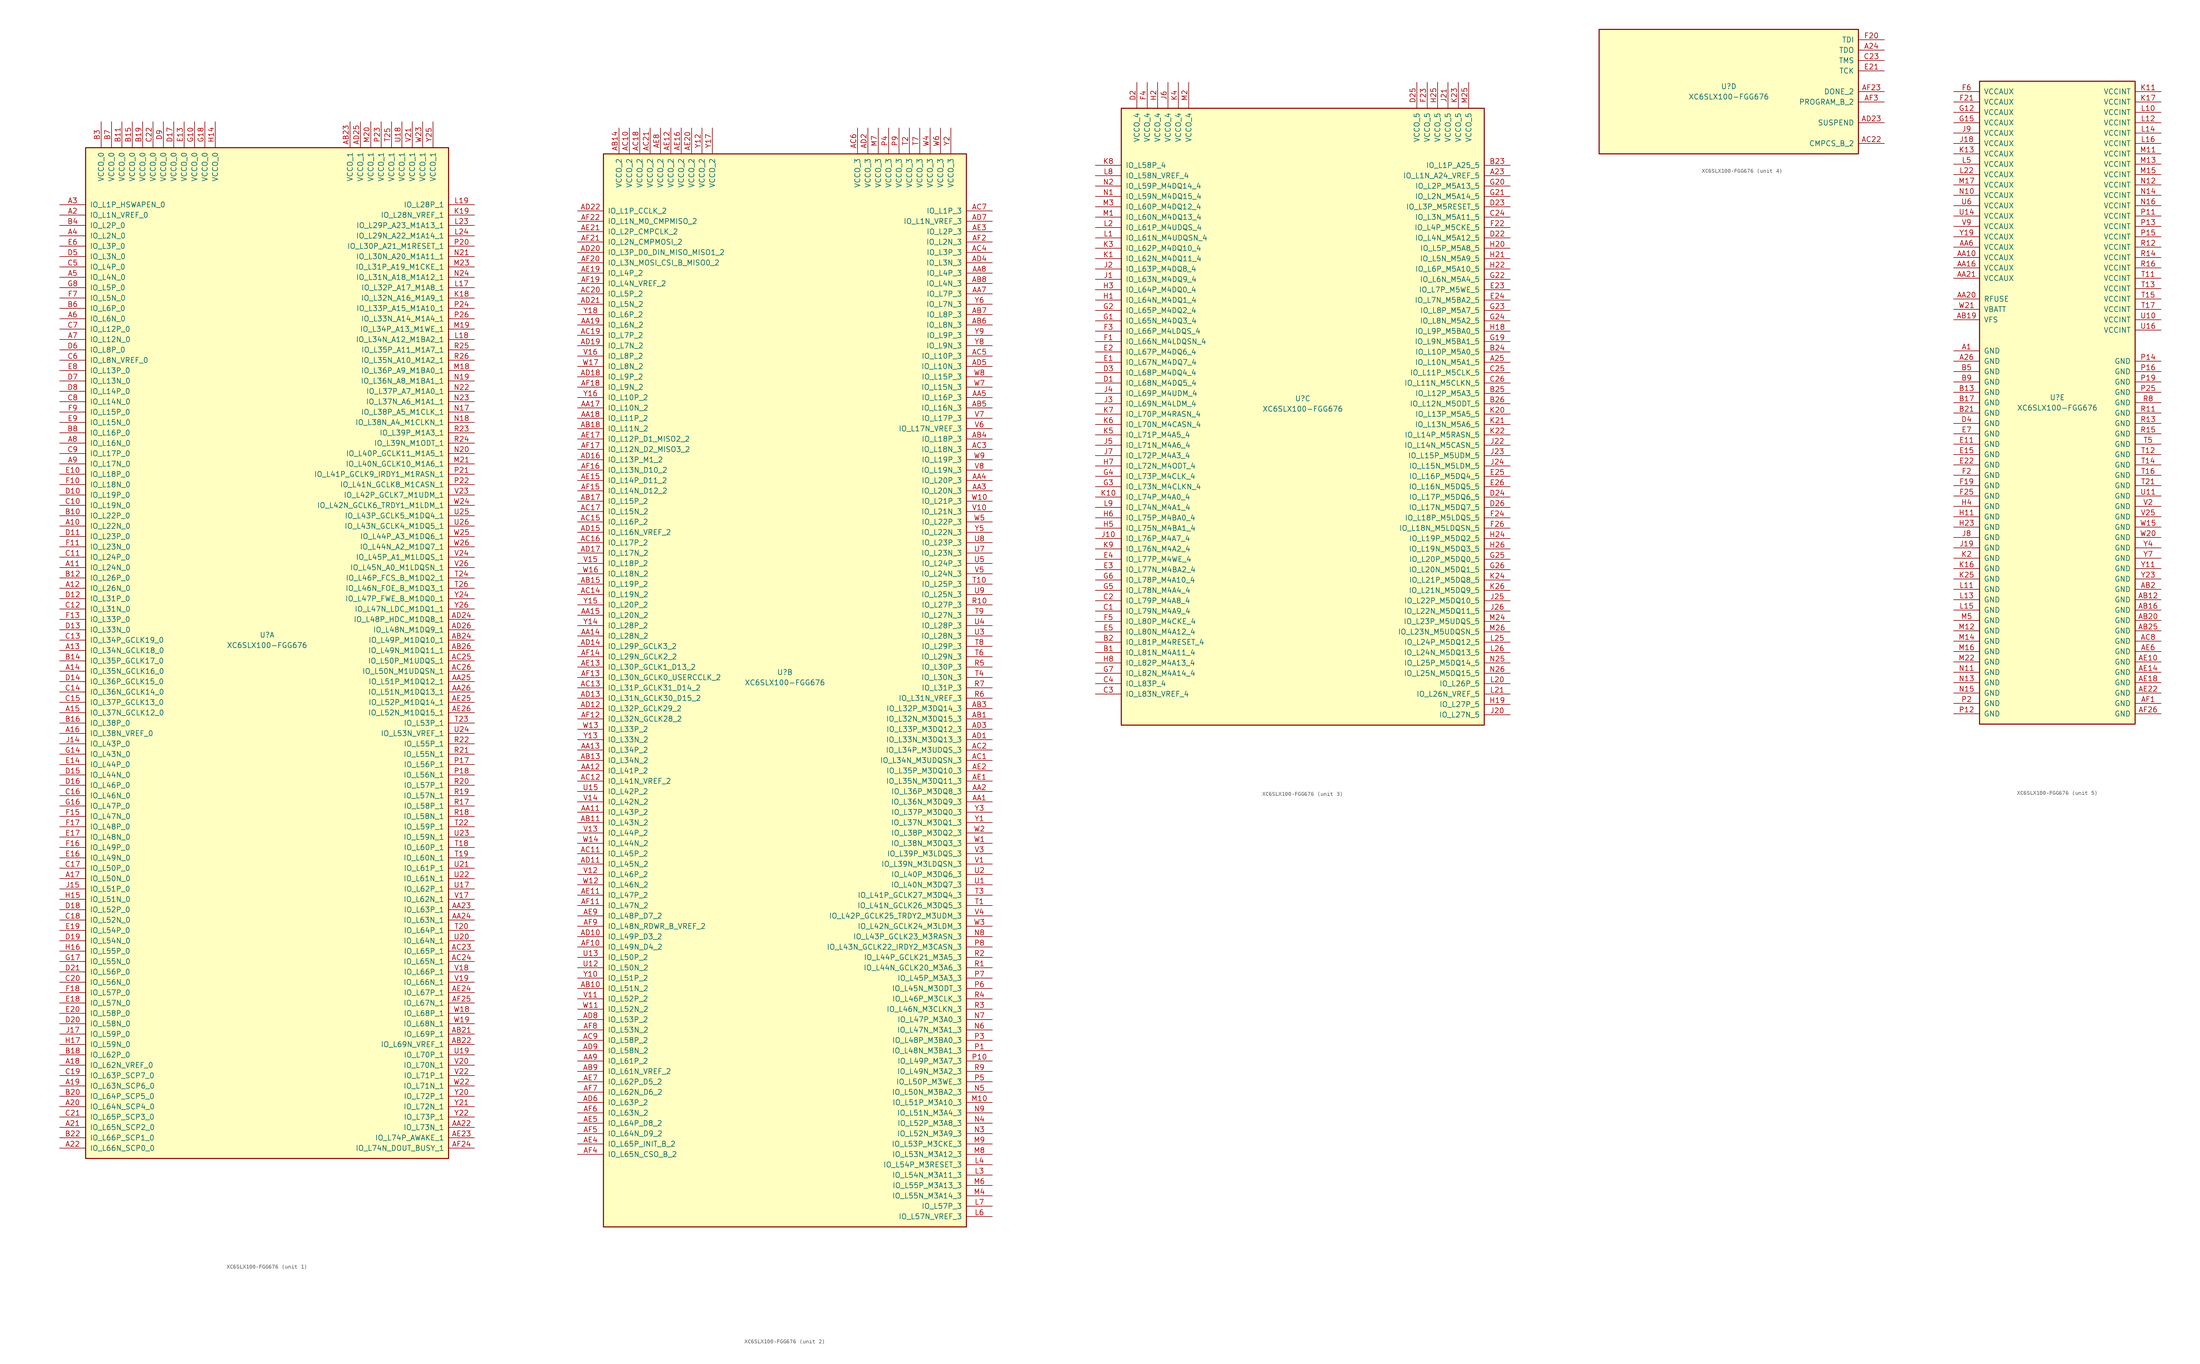
<source format=kicad_sym>
(kicad_symbol_lib
  (version 20201005)
  (generator kicad_symbol_editor)
  (symbol "XC6SLX100-FGG676"
    (pin_names
      (offset 1.016))
    (property "Reference" "U"
      (at 0 1.27 0)
      (effects (font (size 1.27 1.27))))
    (property "Value" "XC6SLX100-FGG676"
      (at 0 -1.27 0)
      (effects (font (size 1.27 1.27))))
    (property "Datasheet" ""
      (at 0 0 0)
      (effects (font (size 1.27 1.27))))
    (property "ki_locked" ""
      (at 0 0 0)
      (effects (font (size 1.27 1.27))))
    (symbol "XC6SLX100-FGG676_1_1"
      (rectangle (start -44.45 120.65) (end 44.45 -127) (stroke (width 0.254)) (fill (type background)))
      (pin power_in line (at -40.64 127 270) (length 6.35) (name "VCCO_0" (effects (font (size 1.27 1.27)))) (number "B3" (effects (font (size 1.27 1.27)))))
      (pin power_in line (at -38.1 127 270) (length 6.35) (name "VCCO_0" (effects (font (size 1.27 1.27)))) (number "B7" (effects (font (size 1.27 1.27)))))
      (pin power_in line (at -35.56 127 270) (length 6.35) (name "VCCO_0" (effects (font (size 1.27 1.27)))) (number "B11" (effects (font (size 1.27 1.27)))))
      (pin power_in line (at -33.02 127 270) (length 6.35) (name "VCCO_0" (effects (font (size 1.27 1.27)))) (number "B15" (effects (font (size 1.27 1.27)))))
      (pin power_in line (at -30.48 127 270) (length 6.35) (name "VCCO_0" (effects (font (size 1.27 1.27)))) (number "B19" (effects (font (size 1.27 1.27)))))
      (pin power_in line (at -27.94 127 270) (length 6.35) (name "VCCO_0" (effects (font (size 1.27 1.27)))) (number "C22" (effects (font (size 1.27 1.27)))))
      (pin power_in line (at -25.4 127 270) (length 6.35) (name "VCCO_0" (effects (font (size 1.27 1.27)))) (number "D9" (effects (font (size 1.27 1.27)))))
      (pin power_in line (at -22.86 127 270) (length 6.35) (name "VCCO_0" (effects (font (size 1.27 1.27)))) (number "D17" (effects (font (size 1.27 1.27)))))
      (pin power_in line (at -20.32 127 270) (length 6.35) (name "VCCO_0" (effects (font (size 1.27 1.27)))) (number "E13" (effects (font (size 1.27 1.27)))))
      (pin power_in line (at -17.78 127 270) (length 6.35) (name "VCCO_0" (effects (font (size 1.27 1.27)))) (number "G10" (effects (font (size 1.27 1.27)))))
      (pin power_in line (at -15.24 127 270) (length 6.35) (name "VCCO_0" (effects (font (size 1.27 1.27)))) (number "G18" (effects (font (size 1.27 1.27)))))
      (pin power_in line (at -12.7 127 270) (length 6.35) (name "VCCO_0" (effects (font (size 1.27 1.27)))) (number "H14" (effects (font (size 1.27 1.27)))))
      (pin bidirectional line (at -50.8 106.68 0) (length 6.35) (name "IO_L1P_HSWAPEN_0" (effects (font (size 1.27 1.27)))) (number "A3" (effects (font (size 1.27 1.27)))))
      (pin bidirectional line (at -50.8 104.14 0) (length 6.35) (name "IO_L1N_VREF_0" (effects (font (size 1.27 1.27)))) (number "A2" (effects (font (size 1.27 1.27)))))
      (pin bidirectional line (at -50.8 101.6 0) (length 6.35) (name "IO_L2P_0" (effects (font (size 1.27 1.27)))) (number "B4" (effects (font (size 1.27 1.27)))))
      (pin bidirectional line (at -50.8 99.06 0) (length 6.35) (name "IO_L2N_0" (effects (font (size 1.27 1.27)))) (number "A4" (effects (font (size 1.27 1.27)))))
      (pin bidirectional line (at -50.8 96.52 0) (length 6.35) (name "IO_L3P_0" (effects (font (size 1.27 1.27)))) (number "E6" (effects (font (size 1.27 1.27)))))
      (pin bidirectional line (at -50.8 93.98 0) (length 6.35) (name "IO_L3N_0" (effects (font (size 1.27 1.27)))) (number "D5" (effects (font (size 1.27 1.27)))))
      (pin bidirectional line (at -50.8 91.44 0) (length 6.35) (name "IO_L4P_0" (effects (font (size 1.27 1.27)))) (number "C5" (effects (font (size 1.27 1.27)))))
      (pin bidirectional line (at -50.8 88.9 0) (length 6.35) (name "IO_L4N_0" (effects (font (size 1.27 1.27)))) (number "A5" (effects (font (size 1.27 1.27)))))
      (pin bidirectional line (at -50.8 86.36 0) (length 6.35) (name "IO_L5P_0" (effects (font (size 1.27 1.27)))) (number "G8" (effects (font (size 1.27 1.27)))))
      (pin bidirectional line (at -50.8 83.82 0) (length 6.35) (name "IO_L5N_0" (effects (font (size 1.27 1.27)))) (number "F7" (effects (font (size 1.27 1.27)))))
      (pin bidirectional line (at -50.8 81.28 0) (length 6.35) (name "IO_L6P_0" (effects (font (size 1.27 1.27)))) (number "B6" (effects (font (size 1.27 1.27)))))
      (pin bidirectional line (at -50.8 78.74 0) (length 6.35) (name "IO_L6N_0" (effects (font (size 1.27 1.27)))) (number "A6" (effects (font (size 1.27 1.27)))))
      (pin bidirectional line (at -50.8 76.2 0) (length 6.35) (name "IO_L12P_0" (effects (font (size 1.27 1.27)))) (number "C7" (effects (font (size 1.27 1.27)))))
      (pin bidirectional line (at -50.8 73.66 0) (length 6.35) (name "IO_L12N_0" (effects (font (size 1.27 1.27)))) (number "A7" (effects (font (size 1.27 1.27)))))
      (pin bidirectional line (at -50.8 71.12 0) (length 6.35) (name "IO_L8P_0" (effects (font (size 1.27 1.27)))) (number "D6" (effects (font (size 1.27 1.27)))))
      (pin bidirectional line (at -50.8 68.58 0) (length 6.35) (name "IO_L8N_VREF_0" (effects (font (size 1.27 1.27)))) (number "C6" (effects (font (size 1.27 1.27)))))
      (pin bidirectional line (at -50.8 66.04 0) (length 6.35) (name "IO_L13P_0" (effects (font (size 1.27 1.27)))) (number "E8" (effects (font (size 1.27 1.27)))))
      (pin bidirectional line (at -50.8 63.5 0) (length 6.35) (name "IO_L13N_0" (effects (font (size 1.27 1.27)))) (number "D7" (effects (font (size 1.27 1.27)))))
      (pin bidirectional line (at -50.8 60.96 0) (length 6.35) (name "IO_L14P_0" (effects (font (size 1.27 1.27)))) (number "D8" (effects (font (size 1.27 1.27)))))
      (pin bidirectional line (at -50.8 58.42 0) (length 6.35) (name "IO_L14N_0" (effects (font (size 1.27 1.27)))) (number "C8" (effects (font (size 1.27 1.27)))))
      (pin bidirectional line (at -50.8 55.88 0) (length 6.35) (name "IO_L15P_0" (effects (font (size 1.27 1.27)))) (number "F9" (effects (font (size 1.27 1.27)))))
      (pin bidirectional line (at -50.8 53.34 0) (length 6.35) (name "IO_L15N_0" (effects (font (size 1.27 1.27)))) (number "E9" (effects (font (size 1.27 1.27)))))
      (pin bidirectional line (at -50.8 50.8 0) (length 6.35) (name "IO_L16P_0" (effects (font (size 1.27 1.27)))) (number "B8" (effects (font (size 1.27 1.27)))))
      (pin bidirectional line (at -50.8 48.26 0) (length 6.35) (name "IO_L16N_0" (effects (font (size 1.27 1.27)))) (number "A8" (effects (font (size 1.27 1.27)))))
      (pin bidirectional line (at -50.8 45.72 0) (length 6.35) (name "IO_L17P_0" (effects (font (size 1.27 1.27)))) (number "C9" (effects (font (size 1.27 1.27)))))
      (pin bidirectional line (at -50.8 43.18 0) (length 6.35) (name "IO_L17N_0" (effects (font (size 1.27 1.27)))) (number "A9" (effects (font (size 1.27 1.27)))))
      (pin bidirectional line (at -50.8 40.64 0) (length 6.35) (name "IO_L18P_0" (effects (font (size 1.27 1.27)))) (number "E10" (effects (font (size 1.27 1.27)))))
      (pin bidirectional line (at -50.8 38.1 0) (length 6.35) (name "IO_L18N_0" (effects (font (size 1.27 1.27)))) (number "F10" (effects (font (size 1.27 1.27)))))
      (pin bidirectional line (at -50.8 35.56 0) (length 6.35) (name "IO_L19P_0" (effects (font (size 1.27 1.27)))) (number "D10" (effects (font (size 1.27 1.27)))))
      (pin bidirectional line (at -50.8 33.02 0) (length 6.35) (name "IO_L19N_0" (effects (font (size 1.27 1.27)))) (number "C10" (effects (font (size 1.27 1.27)))))
      (pin bidirectional line (at -50.8 30.48 0) (length 6.35) (name "IO_L22P_0" (effects (font (size 1.27 1.27)))) (number "B10" (effects (font (size 1.27 1.27)))))
      (pin bidirectional line (at -50.8 27.94 0) (length 6.35) (name "IO_L22N_0" (effects (font (size 1.27 1.27)))) (number "A10" (effects (font (size 1.27 1.27)))))
      (pin bidirectional line (at -50.8 25.4 0) (length 6.35) (name "IO_L23P_0" (effects (font (size 1.27 1.27)))) (number "D11" (effects (font (size 1.27 1.27)))))
      (pin bidirectional line (at -50.8 22.86 0) (length 6.35) (name "IO_L23N_0" (effects (font (size 1.27 1.27)))) (number "F11" (effects (font (size 1.27 1.27)))))
      (pin bidirectional line (at -50.8 20.32 0) (length 6.35) (name "IO_L24P_0" (effects (font (size 1.27 1.27)))) (number "C11" (effects (font (size 1.27 1.27)))))
      (pin bidirectional line (at -50.8 17.78 0) (length 6.35) (name "IO_L24N_0" (effects (font (size 1.27 1.27)))) (number "A11" (effects (font (size 1.27 1.27)))))
      (pin bidirectional line (at -50.8 15.24 0) (length 6.35) (name "IO_L26P_0" (effects (font (size 1.27 1.27)))) (number "B12" (effects (font (size 1.27 1.27)))))
      (pin bidirectional line (at -50.8 12.7 0) (length 6.35) (name "IO_L26N_0" (effects (font (size 1.27 1.27)))) (number "A12" (effects (font (size 1.27 1.27)))))
      (pin bidirectional line (at -50.8 10.16 0) (length 6.35) (name "IO_L31P_0" (effects (font (size 1.27 1.27)))) (number "D12" (effects (font (size 1.27 1.27)))))
      (pin bidirectional line (at -50.8 7.62 0) (length 6.35) (name "IO_L31N_0" (effects (font (size 1.27 1.27)))) (number "C12" (effects (font (size 1.27 1.27)))))
      (pin bidirectional line (at -50.8 5.08 0) (length 6.35) (name "IO_L33P_0" (effects (font (size 1.27 1.27)))) (number "F13" (effects (font (size 1.27 1.27)))))
      (pin bidirectional line (at -50.8 2.54 0) (length 6.35) (name "IO_L33N_0" (effects (font (size 1.27 1.27)))) (number "D13" (effects (font (size 1.27 1.27)))))
      (pin bidirectional line (at -50.8 0 0) (length 6.35) (name "IO_L34P_GCLK19_0" (effects (font (size 1.27 1.27)))) (number "C13" (effects (font (size 1.27 1.27)))))
      (pin bidirectional line (at -50.8 -2.54 0) (length 6.35) (name "IO_L34N_GCLK18_0" (effects (font (size 1.27 1.27)))) (number "A13" (effects (font (size 1.27 1.27)))))
      (pin bidirectional line (at -50.8 -5.08 0) (length 6.35) (name "IO_L35P_GCLK17_0" (effects (font (size 1.27 1.27)))) (number "B14" (effects (font (size 1.27 1.27)))))
      (pin bidirectional line (at -50.8 -7.62 0) (length 6.35) (name "IO_L35N_GCLK16_0" (effects (font (size 1.27 1.27)))) (number "A14" (effects (font (size 1.27 1.27)))))
      (pin bidirectional line (at -50.8 -10.16 0) (length 6.35) (name "IO_L36P_GCLK15_0" (effects (font (size 1.27 1.27)))) (number "D14" (effects (font (size 1.27 1.27)))))
      (pin bidirectional line (at -50.8 -12.7 0) (length 6.35) (name "IO_L36N_GCLK14_0" (effects (font (size 1.27 1.27)))) (number "C14" (effects (font (size 1.27 1.27)))))
      (pin bidirectional line (at -50.8 -15.24 0) (length 6.35) (name "IO_L37P_GCLK13_0" (effects (font (size 1.27 1.27)))) (number "C15" (effects (font (size 1.27 1.27)))))
      (pin bidirectional line (at -50.8 -17.78 0) (length 6.35) (name "IO_L37N_GCLK12_0" (effects (font (size 1.27 1.27)))) (number "A15" (effects (font (size 1.27 1.27)))))
      (pin bidirectional line (at -50.8 -20.32 0) (length 6.35) (name "IO_L38P_0" (effects (font (size 1.27 1.27)))) (number "B16" (effects (font (size 1.27 1.27)))))
      (pin bidirectional line (at -50.8 -22.86 0) (length 6.35) (name "IO_L38N_VREF_0" (effects (font (size 1.27 1.27)))) (number "A16" (effects (font (size 1.27 1.27)))))
      (pin bidirectional line (at -50.8 -25.4 0) (length 6.35) (name "IO_L43P_0" (effects (font (size 1.27 1.27)))) (number "J14" (effects (font (size 1.27 1.27)))))
      (pin bidirectional line (at -50.8 -27.94 0) (length 6.35) (name "IO_L43N_0" (effects (font (size 1.27 1.27)))) (number "G14" (effects (font (size 1.27 1.27)))))
      (pin bidirectional line (at -50.8 -30.48 0) (length 6.35) (name "IO_L44P_0" (effects (font (size 1.27 1.27)))) (number "E14" (effects (font (size 1.27 1.27)))))
      (pin bidirectional line (at -50.8 -33.02 0) (length 6.35) (name "IO_L44N_0" (effects (font (size 1.27 1.27)))) (number "D15" (effects (font (size 1.27 1.27)))))
      (pin bidirectional line (at -50.8 -35.56 0) (length 6.35) (name "IO_L46P_0" (effects (font (size 1.27 1.27)))) (number "D16" (effects (font (size 1.27 1.27)))))
      (pin bidirectional line (at -50.8 -38.1 0) (length 6.35) (name "IO_L46N_0" (effects (font (size 1.27 1.27)))) (number "C16" (effects (font (size 1.27 1.27)))))
      (pin bidirectional line (at -50.8 -40.64 0) (length 6.35) (name "IO_L47P_0" (effects (font (size 1.27 1.27)))) (number "G16" (effects (font (size 1.27 1.27)))))
      (pin bidirectional line (at -50.8 -43.18 0) (length 6.35) (name "IO_L47N_0" (effects (font (size 1.27 1.27)))) (number "F15" (effects (font (size 1.27 1.27)))))
      (pin bidirectional line (at -50.8 -45.72 0) (length 6.35) (name "IO_L48P_0" (effects (font (size 1.27 1.27)))) (number "F17" (effects (font (size 1.27 1.27)))))
      (pin bidirectional line (at -50.8 -48.26 0) (length 6.35) (name "IO_L48N_0" (effects (font (size 1.27 1.27)))) (number "E17" (effects (font (size 1.27 1.27)))))
      (pin bidirectional line (at -50.8 -50.8 0) (length 6.35) (name "IO_L49P_0" (effects (font (size 1.27 1.27)))) (number "F16" (effects (font (size 1.27 1.27)))))
      (pin bidirectional line (at -50.8 -53.34 0) (length 6.35) (name "IO_L49N_0" (effects (font (size 1.27 1.27)))) (number "E16" (effects (font (size 1.27 1.27)))))
      (pin bidirectional line (at -50.8 -55.88 0) (length 6.35) (name "IO_L50P_0" (effects (font (size 1.27 1.27)))) (number "C17" (effects (font (size 1.27 1.27)))))
      (pin bidirectional line (at -50.8 -58.42 0) (length 6.35) (name "IO_L50N_0" (effects (font (size 1.27 1.27)))) (number "A17" (effects (font (size 1.27 1.27)))))
      (pin bidirectional line (at -50.8 -60.96 0) (length 6.35) (name "IO_L51P_0" (effects (font (size 1.27 1.27)))) (number "J15" (effects (font (size 1.27 1.27)))))
      (pin bidirectional line (at -50.8 -63.5 0) (length 6.35) (name "IO_L51N_0" (effects (font (size 1.27 1.27)))) (number "H15" (effects (font (size 1.27 1.27)))))
      (pin bidirectional line (at -50.8 -66.04 0) (length 6.35) (name "IO_L52P_0" (effects (font (size 1.27 1.27)))) (number "D18" (effects (font (size 1.27 1.27)))))
      (pin bidirectional line (at -50.8 -68.58 0) (length 6.35) (name "IO_L52N_0" (effects (font (size 1.27 1.27)))) (number "C18" (effects (font (size 1.27 1.27)))))
      (pin bidirectional line (at -50.8 -71.12 0) (length 6.35) (name "IO_L54P_0" (effects (font (size 1.27 1.27)))) (number "E19" (effects (font (size 1.27 1.27)))))
      (pin bidirectional line (at -50.8 -73.66 0) (length 6.35) (name "IO_L54N_0" (effects (font (size 1.27 1.27)))) (number "D19" (effects (font (size 1.27 1.27)))))
      (pin bidirectional line (at -50.8 -76.2 0) (length 6.35) (name "IO_L55P_0" (effects (font (size 1.27 1.27)))) (number "H16" (effects (font (size 1.27 1.27)))))
      (pin bidirectional line (at -50.8 -78.74 0) (length 6.35) (name "IO_L55N_0" (effects (font (size 1.27 1.27)))) (number "G17" (effects (font (size 1.27 1.27)))))
      (pin bidirectional line (at -50.8 -81.28 0) (length 6.35) (name "IO_L56P_0" (effects (font (size 1.27 1.27)))) (number "D21" (effects (font (size 1.27 1.27)))))
      (pin bidirectional line (at -50.8 -83.82 0) (length 6.35) (name "IO_L56N_0" (effects (font (size 1.27 1.27)))) (number "C20" (effects (font (size 1.27 1.27)))))
      (pin bidirectional line (at -50.8 -86.36 0) (length 6.35) (name "IO_L57P_0" (effects (font (size 1.27 1.27)))) (number "F18" (effects (font (size 1.27 1.27)))))
      (pin bidirectional line (at -50.8 -88.9 0) (length 6.35) (name "IO_L57N_0" (effects (font (size 1.27 1.27)))) (number "E18" (effects (font (size 1.27 1.27)))))
      (pin bidirectional line (at -50.8 -91.44 0) (length 6.35) (name "IO_L58P_0" (effects (font (size 1.27 1.27)))) (number "E20" (effects (font (size 1.27 1.27)))))
      (pin bidirectional line (at -50.8 -93.98 0) (length 6.35) (name "IO_L58N_0" (effects (font (size 1.27 1.27)))) (number "D20" (effects (font (size 1.27 1.27)))))
      (pin bidirectional line (at -50.8 -96.52 0) (length 6.35) (name "IO_L59P_0" (effects (font (size 1.27 1.27)))) (number "J17" (effects (font (size 1.27 1.27)))))
      (pin bidirectional line (at -50.8 -99.06 0) (length 6.35) (name "IO_L59N_0" (effects (font (size 1.27 1.27)))) (number "H17" (effects (font (size 1.27 1.27)))))
      (pin bidirectional line (at -50.8 -101.6 0) (length 6.35) (name "IO_L62P_0" (effects (font (size 1.27 1.27)))) (number "B18" (effects (font (size 1.27 1.27)))))
      (pin bidirectional line (at -50.8 -104.14 0) (length 6.35) (name "IO_L62N_VREF_0" (effects (font (size 1.27 1.27)))) (number "A18" (effects (font (size 1.27 1.27)))))
      (pin bidirectional line (at -50.8 -106.68 0) (length 6.35) (name "IO_L63P_SCP7_0" (effects (font (size 1.27 1.27)))) (number "C19" (effects (font (size 1.27 1.27)))))
      (pin bidirectional line (at -50.8 -109.22 0) (length 6.35) (name "IO_L63N_SCP6_0" (effects (font (size 1.27 1.27)))) (number "A19" (effects (font (size 1.27 1.27)))))
      (pin bidirectional line (at -50.8 -111.76 0) (length 6.35) (name "IO_L64P_SCP5_0" (effects (font (size 1.27 1.27)))) (number "B20" (effects (font (size 1.27 1.27)))))
      (pin bidirectional line (at -50.8 -114.3 0) (length 6.35) (name "IO_L64N_SCP4_0" (effects (font (size 1.27 1.27)))) (number "A20" (effects (font (size 1.27 1.27)))))
      (pin bidirectional line (at -50.8 -116.84 0) (length 6.35) (name "IO_L65P_SCP3_0" (effects (font (size 1.27 1.27)))) (number "C21" (effects (font (size 1.27 1.27)))))
      (pin bidirectional line (at -50.8 -119.38 0) (length 6.35) (name "IO_L65N_SCP2_0" (effects (font (size 1.27 1.27)))) (number "A21" (effects (font (size 1.27 1.27)))))
      (pin bidirectional line (at -50.8 -121.92 0) (length 6.35) (name "IO_L66P_SCP1_0" (effects (font (size 1.27 1.27)))) (number "B22" (effects (font (size 1.27 1.27)))))
      (pin bidirectional line (at -50.8 -124.46 0) (length 6.35) (name "IO_L66N_SCP0_0" (effects (font (size 1.27 1.27)))) (number "A22" (effects (font (size 1.27 1.27)))))
      (pin power_in line (at 20.32 127 270) (length 6.35) (name "VCCO_1" (effects (font (size 1.27 1.27)))) (number "AB23" (effects (font (size 1.27 1.27)))))
      (pin power_in line (at 22.86 127 270) (length 6.35) (name "VCCO_1" (effects (font (size 1.27 1.27)))) (number "AD25" (effects (font (size 1.27 1.27)))))
      (pin power_in line (at 25.4 127 270) (length 6.35) (name "VCCO_1" (effects (font (size 1.27 1.27)))) (number "M20" (effects (font (size 1.27 1.27)))))
      (pin power_in line (at 27.94 127 270) (length 6.35) (name "VCCO_1" (effects (font (size 1.27 1.27)))) (number "P23" (effects (font (size 1.27 1.27)))))
      (pin power_in line (at 30.48 127 270) (length 6.35) (name "VCCO_1" (effects (font (size 1.27 1.27)))) (number "T25" (effects (font (size 1.27 1.27)))))
      (pin power_in line (at 33.02 127 270) (length 6.35) (name "VCCO_1" (effects (font (size 1.27 1.27)))) (number "U18" (effects (font (size 1.27 1.27)))))
      (pin power_in line (at 35.56 127 270) (length 6.35) (name "VCCO_1" (effects (font (size 1.27 1.27)))) (number "V21" (effects (font (size 1.27 1.27)))))
      (pin power_in line (at 38.1 127 270) (length 6.35) (name "VCCO_1" (effects (font (size 1.27 1.27)))) (number "W23" (effects (font (size 1.27 1.27)))))
      (pin power_in line (at 40.64 127 270) (length 6.35) (name "VCCO_1" (effects (font (size 1.27 1.27)))) (number "Y25" (effects (font (size 1.27 1.27)))))
      (pin bidirectional line (at 50.8 106.68 180) (length 6.35) (name "IO_L28P_1" (effects (font (size 1.27 1.27)))) (number "L19" (effects (font (size 1.27 1.27)))))
      (pin bidirectional line (at 50.8 104.14 180) (length 6.35) (name "IO_L28N_VREF_1" (effects (font (size 1.27 1.27)))) (number "K19" (effects (font (size 1.27 1.27)))))
      (pin bidirectional line (at 50.8 101.6 180) (length 6.35) (name "IO_L29P_A23_M1A13_1" (effects (font (size 1.27 1.27)))) (number "L23" (effects (font (size 1.27 1.27)))))
      (pin bidirectional line (at 50.8 99.06 180) (length 6.35) (name "IO_L29N_A22_M1A14_1" (effects (font (size 1.27 1.27)))) (number "L24" (effects (font (size 1.27 1.27)))))
      (pin bidirectional line (at 50.8 96.52 180) (length 6.35) (name "IO_L30P_A21_M1RESET_1" (effects (font (size 1.27 1.27)))) (number "P20" (effects (font (size 1.27 1.27)))))
      (pin bidirectional line (at 50.8 93.98 180) (length 6.35) (name "IO_L30N_A20_M1A11_1" (effects (font (size 1.27 1.27)))) (number "N21" (effects (font (size 1.27 1.27)))))
      (pin bidirectional line (at 50.8 91.44 180) (length 6.35) (name "IO_L31P_A19_M1CKE_1" (effects (font (size 1.27 1.27)))) (number "M23" (effects (font (size 1.27 1.27)))))
      (pin bidirectional line (at 50.8 88.9 180) (length 6.35) (name "IO_L31N_A18_M1A12_1" (effects (font (size 1.27 1.27)))) (number "N24" (effects (font (size 1.27 1.27)))))
      (pin bidirectional line (at 50.8 86.36 180) (length 6.35) (name "IO_L32P_A17_M1A8_1" (effects (font (size 1.27 1.27)))) (number "L17" (effects (font (size 1.27 1.27)))))
      (pin bidirectional line (at 50.8 83.82 180) (length 6.35) (name "IO_L32N_A16_M1A9_1" (effects (font (size 1.27 1.27)))) (number "K18" (effects (font (size 1.27 1.27)))))
      (pin bidirectional line (at 50.8 81.28 180) (length 6.35) (name "IO_L33P_A15_M1A10_1" (effects (font (size 1.27 1.27)))) (number "P24" (effects (font (size 1.27 1.27)))))
      (pin bidirectional line (at 50.8 78.74 180) (length 6.35) (name "IO_L33N_A14_M1A4_1" (effects (font (size 1.27 1.27)))) (number "P26" (effects (font (size 1.27 1.27)))))
      (pin bidirectional line (at 50.8 76.2 180) (length 6.35) (name "IO_L34P_A13_M1WE_1" (effects (font (size 1.27 1.27)))) (number "M19" (effects (font (size 1.27 1.27)))))
      (pin bidirectional line (at 50.8 73.66 180) (length 6.35) (name "IO_L34N_A12_M1BA2_1" (effects (font (size 1.27 1.27)))) (number "L18" (effects (font (size 1.27 1.27)))))
      (pin bidirectional line (at 50.8 71.12 180) (length 6.35) (name "IO_L35P_A11_M1A7_1" (effects (font (size 1.27 1.27)))) (number "R25" (effects (font (size 1.27 1.27)))))
      (pin bidirectional line (at 50.8 68.58 180) (length 6.35) (name "IO_L35N_A10_M1A2_1" (effects (font (size 1.27 1.27)))) (number "R26" (effects (font (size 1.27 1.27)))))
      (pin bidirectional line (at 50.8 66.04 180) (length 6.35) (name "IO_L36P_A9_M1BA0_1" (effects (font (size 1.27 1.27)))) (number "M18" (effects (font (size 1.27 1.27)))))
      (pin bidirectional line (at 50.8 63.5 180) (length 6.35) (name "IO_L36N_A8_M1BA1_1" (effects (font (size 1.27 1.27)))) (number "N19" (effects (font (size 1.27 1.27)))))
      (pin bidirectional line (at 50.8 60.96 180) (length 6.35) (name "IO_L37P_A7_M1A0_1" (effects (font (size 1.27 1.27)))) (number "N22" (effects (font (size 1.27 1.27)))))
      (pin bidirectional line (at 50.8 58.42 180) (length 6.35) (name "IO_L37N_A6_M1A1_1" (effects (font (size 1.27 1.27)))) (number "N23" (effects (font (size 1.27 1.27)))))
      (pin bidirectional line (at 50.8 55.88 180) (length 6.35) (name "IO_L38P_A5_M1CLK_1" (effects (font (size 1.27 1.27)))) (number "N17" (effects (font (size 1.27 1.27)))))
      (pin bidirectional line (at 50.8 53.34 180) (length 6.35) (name "IO_L38N_A4_M1CLKN_1" (effects (font (size 1.27 1.27)))) (number "N18" (effects (font (size 1.27 1.27)))))
      (pin bidirectional line (at 50.8 50.8 180) (length 6.35) (name "IO_L39P_M1A3_1" (effects (font (size 1.27 1.27)))) (number "R23" (effects (font (size 1.27 1.27)))))
      (pin bidirectional line (at 50.8 48.26 180) (length 6.35) (name "IO_L39N_M1ODT_1" (effects (font (size 1.27 1.27)))) (number "R24" (effects (font (size 1.27 1.27)))))
      (pin bidirectional line (at 50.8 45.72 180) (length 6.35) (name "IO_L40P_GCLK11_M1A5_1" (effects (font (size 1.27 1.27)))) (number "N20" (effects (font (size 1.27 1.27)))))
      (pin bidirectional line (at 50.8 43.18 180) (length 6.35) (name "IO_L40N_GCLK10_M1A6_1" (effects (font (size 1.27 1.27)))) (number "M21" (effects (font (size 1.27 1.27)))))
      (pin bidirectional line (at 50.8 40.64 180) (length 6.35) (name "IO_L41P_GCLK9_IRDY1_M1RASN_1" (effects (font (size 1.27 1.27)))) (number "P21" (effects (font (size 1.27 1.27)))))
      (pin bidirectional line (at 50.8 38.1 180) (length 6.35) (name "IO_L41N_GCLK8_M1CASN_1" (effects (font (size 1.27 1.27)))) (number "P22" (effects (font (size 1.27 1.27)))))
      (pin bidirectional line (at 50.8 35.56 180) (length 6.35) (name "IO_L42P_GCLK7_M1UDM_1" (effects (font (size 1.27 1.27)))) (number "V23" (effects (font (size 1.27 1.27)))))
      (pin bidirectional line (at 50.8 33.02 180) (length 6.35) (name "IO_L42N_GCLK6_TRDY1_M1LDM_1" (effects (font (size 1.27 1.27)))) (number "W24" (effects (font (size 1.27 1.27)))))
      (pin bidirectional line (at 50.8 30.48 180) (length 6.35) (name "IO_L43P_GCLK5_M1DQ4_1" (effects (font (size 1.27 1.27)))) (number "U25" (effects (font (size 1.27 1.27)))))
      (pin bidirectional line (at 50.8 27.94 180) (length 6.35) (name "IO_L43N_GCLK4_M1DQ5_1" (effects (font (size 1.27 1.27)))) (number "U26" (effects (font (size 1.27 1.27)))))
      (pin bidirectional line (at 50.8 25.4 180) (length 6.35) (name "IO_L44P_A3_M1DQ6_1" (effects (font (size 1.27 1.27)))) (number "W25" (effects (font (size 1.27 1.27)))))
      (pin bidirectional line (at 50.8 22.86 180) (length 6.35) (name "IO_L44N_A2_M1DQ7_1" (effects (font (size 1.27 1.27)))) (number "W26" (effects (font (size 1.27 1.27)))))
      (pin bidirectional line (at 50.8 20.32 180) (length 6.35) (name "IO_L45P_A1_M1LDQS_1" (effects (font (size 1.27 1.27)))) (number "V24" (effects (font (size 1.27 1.27)))))
      (pin bidirectional line (at 50.8 17.78 180) (length 6.35) (name "IO_L45N_A0_M1LDQSN_1" (effects (font (size 1.27 1.27)))) (number "V26" (effects (font (size 1.27 1.27)))))
      (pin bidirectional line (at 50.8 15.24 180) (length 6.35) (name "IO_L46P_FCS_B_M1DQ2_1" (effects (font (size 1.27 1.27)))) (number "T24" (effects (font (size 1.27 1.27)))))
      (pin bidirectional line (at 50.8 12.7 180) (length 6.35) (name "IO_L46N_FOE_B_M1DQ3_1" (effects (font (size 1.27 1.27)))) (number "T26" (effects (font (size 1.27 1.27)))))
      (pin bidirectional line (at 50.8 10.16 180) (length 6.35) (name "IO_L47P_FWE_B_M1DQ0_1" (effects (font (size 1.27 1.27)))) (number "Y24" (effects (font (size 1.27 1.27)))))
      (pin bidirectional line (at 50.8 7.62 180) (length 6.35) (name "IO_L47N_LDC_M1DQ1_1" (effects (font (size 1.27 1.27)))) (number "Y26" (effects (font (size 1.27 1.27)))))
      (pin bidirectional line (at 50.8 5.08 180) (length 6.35) (name "IO_L48P_HDC_M1DQ8_1" (effects (font (size 1.27 1.27)))) (number "AD24" (effects (font (size 1.27 1.27)))))
      (pin bidirectional line (at 50.8 2.54 180) (length 6.35) (name "IO_L48N_M1DQ9_1" (effects (font (size 1.27 1.27)))) (number "AD26" (effects (font (size 1.27 1.27)))))
      (pin bidirectional line (at 50.8 0 180) (length 6.35) (name "IO_L49P_M1DQ10_1" (effects (font (size 1.27 1.27)))) (number "AB24" (effects (font (size 1.27 1.27)))))
      (pin bidirectional line (at 50.8 -2.54 180) (length 6.35) (name "IO_L49N_M1DQ11_1" (effects (font (size 1.27 1.27)))) (number "AB26" (effects (font (size 1.27 1.27)))))
      (pin bidirectional line (at 50.8 -5.08 180) (length 6.35) (name "IO_L50P_M1UDQS_1" (effects (font (size 1.27 1.27)))) (number "AC25" (effects (font (size 1.27 1.27)))))
      (pin bidirectional line (at 50.8 -7.62 180) (length 6.35) (name "IO_L50N_M1UDQSN_1" (effects (font (size 1.27 1.27)))) (number "AC26" (effects (font (size 1.27 1.27)))))
      (pin bidirectional line (at 50.8 -10.16 180) (length 6.35) (name "IO_L51P_M1DQ12_1" (effects (font (size 1.27 1.27)))) (number "AA25" (effects (font (size 1.27 1.27)))))
      (pin bidirectional line (at 50.8 -12.7 180) (length 6.35) (name "IO_L51N_M1DQ13_1" (effects (font (size 1.27 1.27)))) (number "AA26" (effects (font (size 1.27 1.27)))))
      (pin bidirectional line (at 50.8 -15.24 180) (length 6.35) (name "IO_L52P_M1DQ14_1" (effects (font (size 1.27 1.27)))) (number "AE25" (effects (font (size 1.27 1.27)))))
      (pin bidirectional line (at 50.8 -17.78 180) (length 6.35) (name "IO_L52N_M1DQ15_1" (effects (font (size 1.27 1.27)))) (number "AE26" (effects (font (size 1.27 1.27)))))
      (pin bidirectional line (at 50.8 -20.32 180) (length 6.35) (name "IO_L53P_1" (effects (font (size 1.27 1.27)))) (number "T23" (effects (font (size 1.27 1.27)))))
      (pin bidirectional line (at 50.8 -22.86 180) (length 6.35) (name "IO_L53N_VREF_1" (effects (font (size 1.27 1.27)))) (number "U24" (effects (font (size 1.27 1.27)))))
      (pin bidirectional line (at 50.8 -25.4 180) (length 6.35) (name "IO_L55P_1" (effects (font (size 1.27 1.27)))) (number "R22" (effects (font (size 1.27 1.27)))))
      (pin bidirectional line (at 50.8 -27.94 180) (length 6.35) (name "IO_L55N_1" (effects (font (size 1.27 1.27)))) (number "R21" (effects (font (size 1.27 1.27)))))
      (pin bidirectional line (at 50.8 -30.48 180) (length 6.35) (name "IO_L56P_1" (effects (font (size 1.27 1.27)))) (number "P17" (effects (font (size 1.27 1.27)))))
      (pin bidirectional line (at 50.8 -33.02 180) (length 6.35) (name "IO_L56N_1" (effects (font (size 1.27 1.27)))) (number "P18" (effects (font (size 1.27 1.27)))))
      (pin bidirectional line (at 50.8 -35.56 180) (length 6.35) (name "IO_L57P_1" (effects (font (size 1.27 1.27)))) (number "R20" (effects (font (size 1.27 1.27)))))
      (pin bidirectional line (at 50.8 -38.1 180) (length 6.35) (name "IO_L57N_1" (effects (font (size 1.27 1.27)))) (number "R19" (effects (font (size 1.27 1.27)))))
      (pin bidirectional line (at 50.8 -40.64 180) (length 6.35) (name "IO_L58P_1" (effects (font (size 1.27 1.27)))) (number "R17" (effects (font (size 1.27 1.27)))))
      (pin bidirectional line (at 50.8 -43.18 180) (length 6.35) (name "IO_L58N_1" (effects (font (size 1.27 1.27)))) (number "R18" (effects (font (size 1.27 1.27)))))
      (pin bidirectional line (at 50.8 -45.72 180) (length 6.35) (name "IO_L59P_1" (effects (font (size 1.27 1.27)))) (number "T22" (effects (font (size 1.27 1.27)))))
      (pin bidirectional line (at 50.8 -48.26 180) (length 6.35) (name "IO_L59N_1" (effects (font (size 1.27 1.27)))) (number "U23" (effects (font (size 1.27 1.27)))))
      (pin bidirectional line (at 50.8 -50.8 180) (length 6.35) (name "IO_L60P_1" (effects (font (size 1.27 1.27)))) (number "T18" (effects (font (size 1.27 1.27)))))
      (pin bidirectional line (at 50.8 -53.34 180) (length 6.35) (name "IO_L60N_1" (effects (font (size 1.27 1.27)))) (number "T19" (effects (font (size 1.27 1.27)))))
      (pin bidirectional line (at 50.8 -55.88 180) (length 6.35) (name "IO_L61P_1" (effects (font (size 1.27 1.27)))) (number "U21" (effects (font (size 1.27 1.27)))))
      (pin bidirectional line (at 50.8 -58.42 180) (length 6.35) (name "IO_L61N_1" (effects (font (size 1.27 1.27)))) (number "U22" (effects (font (size 1.27 1.27)))))
      (pin bidirectional line (at 50.8 -60.96 180) (length 6.35) (name "IO_L62P_1" (effects (font (size 1.27 1.27)))) (number "U17" (effects (font (size 1.27 1.27)))))
      (pin bidirectional line (at 50.8 -63.5 180) (length 6.35) (name "IO_L62N_1" (effects (font (size 1.27 1.27)))) (number "V17" (effects (font (size 1.27 1.27)))))
      (pin bidirectional line (at 50.8 -66.04 180) (length 6.35) (name "IO_L63P_1" (effects (font (size 1.27 1.27)))) (number "AA23" (effects (font (size 1.27 1.27)))))
      (pin bidirectional line (at 50.8 -68.58 180) (length 6.35) (name "IO_L63N_1" (effects (font (size 1.27 1.27)))) (number "AA24" (effects (font (size 1.27 1.27)))))
      (pin bidirectional line (at 50.8 -71.12 180) (length 6.35) (name "IO_L64P_1" (effects (font (size 1.27 1.27)))) (number "T20" (effects (font (size 1.27 1.27)))))
      (pin bidirectional line (at 50.8 -73.66 180) (length 6.35) (name "IO_L64N_1" (effects (font (size 1.27 1.27)))) (number "U20" (effects (font (size 1.27 1.27)))))
      (pin bidirectional line (at 50.8 -76.2 180) (length 6.35) (name "IO_L65P_1" (effects (font (size 1.27 1.27)))) (number "AC23" (effects (font (size 1.27 1.27)))))
      (pin bidirectional line (at 50.8 -78.74 180) (length 6.35) (name "IO_L65N_1" (effects (font (size 1.27 1.27)))) (number "AC24" (effects (font (size 1.27 1.27)))))
      (pin bidirectional line (at 50.8 -81.28 180) (length 6.35) (name "IO_L66P_1" (effects (font (size 1.27 1.27)))) (number "V18" (effects (font (size 1.27 1.27)))))
      (pin bidirectional line (at 50.8 -83.82 180) (length 6.35) (name "IO_L66N_1" (effects (font (size 1.27 1.27)))) (number "V19" (effects (font (size 1.27 1.27)))))
      (pin bidirectional line (at 50.8 -86.36 180) (length 6.35) (name "IO_L67P_1" (effects (font (size 1.27 1.27)))) (number "AE24" (effects (font (size 1.27 1.27)))))
      (pin bidirectional line (at 50.8 -88.9 180) (length 6.35) (name "IO_L67N_1" (effects (font (size 1.27 1.27)))) (number "AF25" (effects (font (size 1.27 1.27)))))
      (pin bidirectional line (at 50.8 -91.44 180) (length 6.35) (name "IO_L68P_1" (effects (font (size 1.27 1.27)))) (number "W18" (effects (font (size 1.27 1.27)))))
      (pin bidirectional line (at 50.8 -93.98 180) (length 6.35) (name "IO_L68N_1" (effects (font (size 1.27 1.27)))) (number "W19" (effects (font (size 1.27 1.27)))))
      (pin bidirectional line (at 50.8 -96.52 180) (length 6.35) (name "IO_L69P_1" (effects (font (size 1.27 1.27)))) (number "AB21" (effects (font (size 1.27 1.27)))))
      (pin bidirectional line (at 50.8 -99.06 180) (length 6.35) (name "IO_L69N_VREF_1" (effects (font (size 1.27 1.27)))) (number "AB22" (effects (font (size 1.27 1.27)))))
      (pin bidirectional line (at 50.8 -101.6 180) (length 6.35) (name "IO_L70P_1" (effects (font (size 1.27 1.27)))) (number "U19" (effects (font (size 1.27 1.27)))))
      (pin bidirectional line (at 50.8 -104.14 180) (length 6.35) (name "IO_L70N_1" (effects (font (size 1.27 1.27)))) (number "V20" (effects (font (size 1.27 1.27)))))
      (pin bidirectional line (at 50.8 -106.68 180) (length 6.35) (name "IO_L71P_1" (effects (font (size 1.27 1.27)))) (number "V22" (effects (font (size 1.27 1.27)))))
      (pin bidirectional line (at 50.8 -109.22 180) (length 6.35) (name "IO_L71N_1" (effects (font (size 1.27 1.27)))) (number "W22" (effects (font (size 1.27 1.27)))))
      (pin bidirectional line (at 50.8 -111.76 180) (length 6.35) (name "IO_L72P_1" (effects (font (size 1.27 1.27)))) (number "Y20" (effects (font (size 1.27 1.27)))))
      (pin bidirectional line (at 50.8 -114.3 180) (length 6.35) (name "IO_L72N_1" (effects (font (size 1.27 1.27)))) (number "Y21" (effects (font (size 1.27 1.27)))))
      (pin bidirectional line (at 50.8 -116.84 180) (length 6.35) (name "IO_L73P_1" (effects (font (size 1.27 1.27)))) (number "Y22" (effects (font (size 1.27 1.27)))))
      (pin bidirectional line (at 50.8 -119.38 180) (length 6.35) (name "IO_L73N_1" (effects (font (size 1.27 1.27)))) (number "AA22" (effects (font (size 1.27 1.27)))))
      (pin bidirectional line (at 50.8 -121.92 180) (length 6.35) (name "IO_L74P_AWAKE_1" (effects (font (size 1.27 1.27)))) (number "AE23" (effects (font (size 1.27 1.27)))))
      (pin bidirectional line (at 50.8 -124.46 180) (length 6.35) (name "IO_L74N_DOUT_BUSY_1" (effects (font (size 1.27 1.27)))) (number "AF24" (effects (font (size 1.27 1.27))))))
    (symbol "XC6SLX100-FGG676_2_1"
      (rectangle (start -44.45 128.27) (end 44.45 -134.62) (stroke (width 0.254)) (fill (type background)))
      (pin power_in line (at -40.64 134.62 270) (length 6.35) (name "VCCO_2" (effects (font (size 1.27 1.27)))) (number "AB14" (effects (font (size 1.27 1.27)))))
      (pin power_in line (at -38.1 134.62 270) (length 6.35) (name "VCCO_2" (effects (font (size 1.27 1.27)))) (number "AC10" (effects (font (size 1.27 1.27)))))
      (pin power_in line (at -35.56 134.62 270) (length 6.35) (name "VCCO_2" (effects (font (size 1.27 1.27)))) (number "AC18" (effects (font (size 1.27 1.27)))))
      (pin power_in line (at -33.02 134.62 270) (length 6.35) (name "VCCO_2" (effects (font (size 1.27 1.27)))) (number "AC21" (effects (font (size 1.27 1.27)))))
      (pin power_in line (at -30.48 134.62 270) (length 6.35) (name "VCCO_2" (effects (font (size 1.27 1.27)))) (number "AE8" (effects (font (size 1.27 1.27)))))
      (pin power_in line (at -27.94 134.62 270) (length 6.35) (name "VCCO_2" (effects (font (size 1.27 1.27)))) (number "AE12" (effects (font (size 1.27 1.27)))))
      (pin power_in line (at -25.4 134.62 270) (length 6.35) (name "VCCO_2" (effects (font (size 1.27 1.27)))) (number "AE16" (effects (font (size 1.27 1.27)))))
      (pin power_in line (at -22.86 134.62 270) (length 6.35) (name "VCCO_2" (effects (font (size 1.27 1.27)))) (number "AE20" (effects (font (size 1.27 1.27)))))
      (pin power_in line (at -20.32 134.62 270) (length 6.35) (name "VCCO_2" (effects (font (size 1.27 1.27)))) (number "Y12" (effects (font (size 1.27 1.27)))))
      (pin power_in line (at -17.78 134.62 270) (length 6.35) (name "VCCO_2" (effects (font (size 1.27 1.27)))) (number "Y17" (effects (font (size 1.27 1.27)))))
      (pin bidirectional line (at -50.8 114.3 0) (length 6.35) (name "IO_L1P_CCLK_2" (effects (font (size 1.27 1.27)))) (number "AD22" (effects (font (size 1.27 1.27)))))
      (pin bidirectional line (at -50.8 111.76 0) (length 6.35) (name "IO_L1N_M0_CMPMISO_2" (effects (font (size 1.27 1.27)))) (number "AF22" (effects (font (size 1.27 1.27)))))
      (pin bidirectional line (at -50.8 109.22 0) (length 6.35) (name "IO_L2P_CMPCLK_2" (effects (font (size 1.27 1.27)))) (number "AE21" (effects (font (size 1.27 1.27)))))
      (pin bidirectional line (at -50.8 106.68 0) (length 6.35) (name "IO_L2N_CMPMOSI_2" (effects (font (size 1.27 1.27)))) (number "AF21" (effects (font (size 1.27 1.27)))))
      (pin bidirectional line (at -50.8 104.14 0) (length 6.35) (name "IO_L3P_D0_DIN_MISO_MISO1_2" (effects (font (size 1.27 1.27)))) (number "AD20" (effects (font (size 1.27 1.27)))))
      (pin bidirectional line (at -50.8 101.6 0) (length 6.35) (name "IO_L3N_MOSI_CSI_B_MISO0_2" (effects (font (size 1.27 1.27)))) (number "AF20" (effects (font (size 1.27 1.27)))))
      (pin bidirectional line (at -50.8 99.06 0) (length 6.35) (name "IO_L4P_2" (effects (font (size 1.27 1.27)))) (number "AE19" (effects (font (size 1.27 1.27)))))
      (pin bidirectional line (at -50.8 96.52 0) (length 6.35) (name "IO_L4N_VREF_2" (effects (font (size 1.27 1.27)))) (number "AF19" (effects (font (size 1.27 1.27)))))
      (pin bidirectional line (at -50.8 93.98 0) (length 6.35) (name "IO_L5P_2" (effects (font (size 1.27 1.27)))) (number "AC20" (effects (font (size 1.27 1.27)))))
      (pin bidirectional line (at -50.8 91.44 0) (length 6.35) (name "IO_L5N_2" (effects (font (size 1.27 1.27)))) (number "AD21" (effects (font (size 1.27 1.27)))))
      (pin bidirectional line (at -50.8 88.9 0) (length 6.35) (name "IO_L6P_2" (effects (font (size 1.27 1.27)))) (number "Y18" (effects (font (size 1.27 1.27)))))
      (pin bidirectional line (at -50.8 86.36 0) (length 6.35) (name "IO_L6N_2" (effects (font (size 1.27 1.27)))) (number "AA19" (effects (font (size 1.27 1.27)))))
      (pin bidirectional line (at -50.8 83.82 0) (length 6.35) (name "IO_L7P_2" (effects (font (size 1.27 1.27)))) (number "AC19" (effects (font (size 1.27 1.27)))))
      (pin bidirectional line (at -50.8 81.28 0) (length 6.35) (name "IO_L7N_2" (effects (font (size 1.27 1.27)))) (number "AD19" (effects (font (size 1.27 1.27)))))
      (pin bidirectional line (at -50.8 78.74 0) (length 6.35) (name "IO_L8P_2" (effects (font (size 1.27 1.27)))) (number "V16" (effects (font (size 1.27 1.27)))))
      (pin bidirectional line (at -50.8 76.2 0) (length 6.35) (name "IO_L8N_2" (effects (font (size 1.27 1.27)))) (number "W17" (effects (font (size 1.27 1.27)))))
      (pin bidirectional line (at -50.8 73.66 0) (length 6.35) (name "IO_L9P_2" (effects (font (size 1.27 1.27)))) (number "AD18" (effects (font (size 1.27 1.27)))))
      (pin bidirectional line (at -50.8 71.12 0) (length 6.35) (name "IO_L9N_2" (effects (font (size 1.27 1.27)))) (number "AF18" (effects (font (size 1.27 1.27)))))
      (pin bidirectional line (at -50.8 68.58 0) (length 6.35) (name "IO_L10P_2" (effects (font (size 1.27 1.27)))) (number "Y16" (effects (font (size 1.27 1.27)))))
      (pin bidirectional line (at -50.8 66.04 0) (length 6.35) (name "IO_L10N_2" (effects (font (size 1.27 1.27)))) (number "AA17" (effects (font (size 1.27 1.27)))))
      (pin bidirectional line (at -50.8 63.5 0) (length 6.35) (name "IO_L11P_2" (effects (font (size 1.27 1.27)))) (number "AA18" (effects (font (size 1.27 1.27)))))
      (pin bidirectional line (at -50.8 60.96 0) (length 6.35) (name "IO_L11N_2" (effects (font (size 1.27 1.27)))) (number "AB18" (effects (font (size 1.27 1.27)))))
      (pin bidirectional line (at -50.8 58.42 0) (length 6.35) (name "IO_L12P_D1_MISO2_2" (effects (font (size 1.27 1.27)))) (number "AE17" (effects (font (size 1.27 1.27)))))
      (pin bidirectional line (at -50.8 55.88 0) (length 6.35) (name "IO_L12N_D2_MISO3_2" (effects (font (size 1.27 1.27)))) (number "AF17" (effects (font (size 1.27 1.27)))))
      (pin bidirectional line (at -50.8 53.34 0) (length 6.35) (name "IO_L13P_M1_2" (effects (font (size 1.27 1.27)))) (number "AD16" (effects (font (size 1.27 1.27)))))
      (pin bidirectional line (at -50.8 50.8 0) (length 6.35) (name "IO_L13N_D10_2" (effects (font (size 1.27 1.27)))) (number "AF16" (effects (font (size 1.27 1.27)))))
      (pin bidirectional line (at -50.8 48.26 0) (length 6.35) (name "IO_L14P_D11_2" (effects (font (size 1.27 1.27)))) (number "AE15" (effects (font (size 1.27 1.27)))))
      (pin bidirectional line (at -50.8 45.72 0) (length 6.35) (name "IO_L14N_D12_2" (effects (font (size 1.27 1.27)))) (number "AF15" (effects (font (size 1.27 1.27)))))
      (pin bidirectional line (at -50.8 43.18 0) (length 6.35) (name "IO_L15P_2" (effects (font (size 1.27 1.27)))) (number "AB17" (effects (font (size 1.27 1.27)))))
      (pin bidirectional line (at -50.8 40.64 0) (length 6.35) (name "IO_L15N_2" (effects (font (size 1.27 1.27)))) (number "AC17" (effects (font (size 1.27 1.27)))))
      (pin bidirectional line (at -50.8 38.1 0) (length 6.35) (name "IO_L16P_2" (effects (font (size 1.27 1.27)))) (number "AC15" (effects (font (size 1.27 1.27)))))
      (pin bidirectional line (at -50.8 35.56 0) (length 6.35) (name "IO_L16N_VREF_2" (effects (font (size 1.27 1.27)))) (number "AD15" (effects (font (size 1.27 1.27)))))
      (pin bidirectional line (at -50.8 33.02 0) (length 6.35) (name "IO_L17P_2" (effects (font (size 1.27 1.27)))) (number "AC16" (effects (font (size 1.27 1.27)))))
      (pin bidirectional line (at -50.8 30.48 0) (length 6.35) (name "IO_L17N_2" (effects (font (size 1.27 1.27)))) (number "AD17" (effects (font (size 1.27 1.27)))))
      (pin bidirectional line (at -50.8 27.94 0) (length 6.35) (name "IO_L18P_2" (effects (font (size 1.27 1.27)))) (number "V15" (effects (font (size 1.27 1.27)))))
      (pin bidirectional line (at -50.8 25.4 0) (length 6.35) (name "IO_L18N_2" (effects (font (size 1.27 1.27)))) (number "W16" (effects (font (size 1.27 1.27)))))
      (pin bidirectional line (at -50.8 22.86 0) (length 6.35) (name "IO_L19P_2" (effects (font (size 1.27 1.27)))) (number "AB15" (effects (font (size 1.27 1.27)))))
      (pin bidirectional line (at -50.8 20.32 0) (length 6.35) (name "IO_L19N_2" (effects (font (size 1.27 1.27)))) (number "AC14" (effects (font (size 1.27 1.27)))))
      (pin bidirectional line (at -50.8 17.78 0) (length 6.35) (name "IO_L20P_2" (effects (font (size 1.27 1.27)))) (number "Y15" (effects (font (size 1.27 1.27)))))
      (pin bidirectional line (at -50.8 15.24 0) (length 6.35) (name "IO_L20N_2" (effects (font (size 1.27 1.27)))) (number "AA15" (effects (font (size 1.27 1.27)))))
      (pin bidirectional line (at -50.8 12.7 0) (length 6.35) (name "IO_L28P_2" (effects (font (size 1.27 1.27)))) (number "Y14" (effects (font (size 1.27 1.27)))))
      (pin bidirectional line (at -50.8 10.16 0) (length 6.35) (name "IO_L28N_2" (effects (font (size 1.27 1.27)))) (number "AA14" (effects (font (size 1.27 1.27)))))
      (pin bidirectional line (at -50.8 7.62 0) (length 6.35) (name "IO_L29P_GCLK3_2" (effects (font (size 1.27 1.27)))) (number "AD14" (effects (font (size 1.27 1.27)))))
      (pin bidirectional line (at -50.8 5.08 0) (length 6.35) (name "IO_L29N_GCLK2_2" (effects (font (size 1.27 1.27)))) (number "AF14" (effects (font (size 1.27 1.27)))))
      (pin bidirectional line (at -50.8 2.54 0) (length 6.35) (name "IO_L30P_GCLK1_D13_2" (effects (font (size 1.27 1.27)))) (number "AE13" (effects (font (size 1.27 1.27)))))
      (pin bidirectional line (at -50.8 0 0) (length 6.35) (name "IO_L30N_GCLK0_USERCCLK_2" (effects (font (size 1.27 1.27)))) (number "AF13" (effects (font (size 1.27 1.27)))))
      (pin bidirectional line (at -50.8 -2.54 0) (length 6.35) (name "IO_L31P_GCLK31_D14_2" (effects (font (size 1.27 1.27)))) (number "AC13" (effects (font (size 1.27 1.27)))))
      (pin bidirectional line (at -50.8 -5.08 0) (length 6.35) (name "IO_L31N_GCLK30_D15_2" (effects (font (size 1.27 1.27)))) (number "AD13" (effects (font (size 1.27 1.27)))))
      (pin bidirectional line (at -50.8 -7.62 0) (length 6.35) (name "IO_L32P_GCLK29_2" (effects (font (size 1.27 1.27)))) (number "AD12" (effects (font (size 1.27 1.27)))))
      (pin bidirectional line (at -50.8 -10.16 0) (length 6.35) (name "IO_L32N_GCLK28_2" (effects (font (size 1.27 1.27)))) (number "AF12" (effects (font (size 1.27 1.27)))))
      (pin bidirectional line (at -50.8 -12.7 0) (length 6.35) (name "IO_L33P_2" (effects (font (size 1.27 1.27)))) (number "W13" (effects (font (size 1.27 1.27)))))
      (pin bidirectional line (at -50.8 -15.24 0) (length 6.35) (name "IO_L33N_2" (effects (font (size 1.27 1.27)))) (number "Y13" (effects (font (size 1.27 1.27)))))
      (pin bidirectional line (at -50.8 -17.78 0) (length 6.35) (name "IO_L34P_2" (effects (font (size 1.27 1.27)))) (number "AA13" (effects (font (size 1.27 1.27)))))
      (pin bidirectional line (at -50.8 -20.32 0) (length 6.35) (name "IO_L34N_2" (effects (font (size 1.27 1.27)))) (number "AB13" (effects (font (size 1.27 1.27)))))
      (pin bidirectional line (at -50.8 -22.86 0) (length 6.35) (name "IO_L41P_2" (effects (font (size 1.27 1.27)))) (number "AA12" (effects (font (size 1.27 1.27)))))
      (pin bidirectional line (at -50.8 -25.4 0) (length 6.35) (name "IO_L41N_VREF_2" (effects (font (size 1.27 1.27)))) (number "AC12" (effects (font (size 1.27 1.27)))))
      (pin bidirectional line (at -50.8 -27.94 0) (length 6.35) (name "IO_L42P_2" (effects (font (size 1.27 1.27)))) (number "U15" (effects (font (size 1.27 1.27)))))
      (pin bidirectional line (at -50.8 -30.48 0) (length 6.35) (name "IO_L42N_2" (effects (font (size 1.27 1.27)))) (number "V14" (effects (font (size 1.27 1.27)))))
      (pin bidirectional line (at -50.8 -33.02 0) (length 6.35) (name "IO_L43P_2" (effects (font (size 1.27 1.27)))) (number "AA11" (effects (font (size 1.27 1.27)))))
      (pin bidirectional line (at -50.8 -35.56 0) (length 6.35) (name "IO_L43N_2" (effects (font (size 1.27 1.27)))) (number "AB11" (effects (font (size 1.27 1.27)))))
      (pin bidirectional line (at -50.8 -38.1 0) (length 6.35) (name "IO_L44P_2" (effects (font (size 1.27 1.27)))) (number "V13" (effects (font (size 1.27 1.27)))))
      (pin bidirectional line (at -50.8 -40.64 0) (length 6.35) (name "IO_L44N_2" (effects (font (size 1.27 1.27)))) (number "W14" (effects (font (size 1.27 1.27)))))
      (pin bidirectional line (at -50.8 -43.18 0) (length 6.35) (name "IO_L45P_2" (effects (font (size 1.27 1.27)))) (number "AC11" (effects (font (size 1.27 1.27)))))
      (pin bidirectional line (at -50.8 -45.72 0) (length 6.35) (name "IO_L45N_2" (effects (font (size 1.27 1.27)))) (number "AD11" (effects (font (size 1.27 1.27)))))
      (pin bidirectional line (at -50.8 -48.26 0) (length 6.35) (name "IO_L46P_2" (effects (font (size 1.27 1.27)))) (number "V12" (effects (font (size 1.27 1.27)))))
      (pin bidirectional line (at -50.8 -50.8 0) (length 6.35) (name "IO_L46N_2" (effects (font (size 1.27 1.27)))) (number "W12" (effects (font (size 1.27 1.27)))))
      (pin bidirectional line (at -50.8 -53.34 0) (length 6.35) (name "IO_L47P_2" (effects (font (size 1.27 1.27)))) (number "AE11" (effects (font (size 1.27 1.27)))))
      (pin bidirectional line (at -50.8 -55.88 0) (length 6.35) (name "IO_L47N_2" (effects (font (size 1.27 1.27)))) (number "AF11" (effects (font (size 1.27 1.27)))))
      (pin bidirectional line (at -50.8 -58.42 0) (length 6.35) (name "IO_L48P_D7_2" (effects (font (size 1.27 1.27)))) (number "AE9" (effects (font (size 1.27 1.27)))))
      (pin bidirectional line (at -50.8 -60.96 0) (length 6.35) (name "IO_L48N_RDWR_B_VREF_2" (effects (font (size 1.27 1.27)))) (number "AF9" (effects (font (size 1.27 1.27)))))
      (pin bidirectional line (at -50.8 -63.5 0) (length 6.35) (name "IO_L49P_D3_2" (effects (font (size 1.27 1.27)))) (number "AD10" (effects (font (size 1.27 1.27)))))
      (pin bidirectional line (at -50.8 -66.04 0) (length 6.35) (name "IO_L49N_D4_2" (effects (font (size 1.27 1.27)))) (number "AF10" (effects (font (size 1.27 1.27)))))
      (pin bidirectional line (at -50.8 -68.58 0) (length 6.35) (name "IO_L50P_2" (effects (font (size 1.27 1.27)))) (number "U13" (effects (font (size 1.27 1.27)))))
      (pin bidirectional line (at -50.8 -71.12 0) (length 6.35) (name "IO_L50N_2" (effects (font (size 1.27 1.27)))) (number "U12" (effects (font (size 1.27 1.27)))))
      (pin bidirectional line (at -50.8 -73.66 0) (length 6.35) (name "IO_L51P_2" (effects (font (size 1.27 1.27)))) (number "Y10" (effects (font (size 1.27 1.27)))))
      (pin bidirectional line (at -50.8 -76.2 0) (length 6.35) (name "IO_L51N_2" (effects (font (size 1.27 1.27)))) (number "AB10" (effects (font (size 1.27 1.27)))))
      (pin bidirectional line (at -50.8 -78.74 0) (length 6.35) (name "IO_L52P_2" (effects (font (size 1.27 1.27)))) (number "V11" (effects (font (size 1.27 1.27)))))
      (pin bidirectional line (at -50.8 -81.28 0) (length 6.35) (name "IO_L52N_2" (effects (font (size 1.27 1.27)))) (number "W11" (effects (font (size 1.27 1.27)))))
      (pin bidirectional line (at -50.8 -83.82 0) (length 6.35) (name "IO_L53P_2" (effects (font (size 1.27 1.27)))) (number "AD8" (effects (font (size 1.27 1.27)))))
      (pin bidirectional line (at -50.8 -86.36 0) (length 6.35) (name "IO_L53N_2" (effects (font (size 1.27 1.27)))) (number "AF8" (effects (font (size 1.27 1.27)))))
      (pin bidirectional line (at -50.8 -88.9 0) (length 6.35) (name "IO_L58P_2" (effects (font (size 1.27 1.27)))) (number "AC9" (effects (font (size 1.27 1.27)))))
      (pin bidirectional line (at -50.8 -91.44 0) (length 6.35) (name "IO_L58N_2" (effects (font (size 1.27 1.27)))) (number "AD9" (effects (font (size 1.27 1.27)))))
      (pin bidirectional line (at -50.8 -93.98 0) (length 6.35) (name "IO_L61P_2" (effects (font (size 1.27 1.27)))) (number "AA9" (effects (font (size 1.27 1.27)))))
      (pin bidirectional line (at -50.8 -96.52 0) (length 6.35) (name "IO_L61N_VREF_2" (effects (font (size 1.27 1.27)))) (number "AB9" (effects (font (size 1.27 1.27)))))
      (pin bidirectional line (at -50.8 -99.06 0) (length 6.35) (name "IO_L62P_D5_2" (effects (font (size 1.27 1.27)))) (number "AE7" (effects (font (size 1.27 1.27)))))
      (pin bidirectional line (at -50.8 -101.6 0) (length 6.35) (name "IO_L62N_D6_2" (effects (font (size 1.27 1.27)))) (number "AF7" (effects (font (size 1.27 1.27)))))
      (pin bidirectional line (at -50.8 -104.14 0) (length 6.35) (name "IO_L63P_2" (effects (font (size 1.27 1.27)))) (number "AD6" (effects (font (size 1.27 1.27)))))
      (pin bidirectional line (at -50.8 -106.68 0) (length 6.35) (name "IO_L63N_2" (effects (font (size 1.27 1.27)))) (number "AF6" (effects (font (size 1.27 1.27)))))
      (pin bidirectional line (at -50.8 -109.22 0) (length 6.35) (name "IO_L64P_D8_2" (effects (font (size 1.27 1.27)))) (number "AE5" (effects (font (size 1.27 1.27)))))
      (pin bidirectional line (at -50.8 -111.76 0) (length 6.35) (name "IO_L64N_D9_2" (effects (font (size 1.27 1.27)))) (number "AF5" (effects (font (size 1.27 1.27)))))
      (pin bidirectional line (at -50.8 -114.3 0) (length 6.35) (name "IO_L65P_INIT_B_2" (effects (font (size 1.27 1.27)))) (number "AE4" (effects (font (size 1.27 1.27)))))
      (pin bidirectional line (at -50.8 -116.84 0) (length 6.35) (name "IO_L65N_CSO_B_2" (effects (font (size 1.27 1.27)))) (number "AF4" (effects (font (size 1.27 1.27)))))
      (pin power_in line (at 17.78 134.62 270) (length 6.35) (name "VCCO_3" (effects (font (size 1.27 1.27)))) (number "AC6" (effects (font (size 1.27 1.27)))))
      (pin power_in line (at 20.32 134.62 270) (length 6.35) (name "VCCO_3" (effects (font (size 1.27 1.27)))) (number "AD2" (effects (font (size 1.27 1.27)))))
      (pin power_in line (at 22.86 134.62 270) (length 6.35) (name "VCCO_3" (effects (font (size 1.27 1.27)))) (number "M7" (effects (font (size 1.27 1.27)))))
      (pin power_in line (at 25.4 134.62 270) (length 6.35) (name "VCCO_3" (effects (font (size 1.27 1.27)))) (number "P4" (effects (font (size 1.27 1.27)))))
      (pin power_in line (at 27.94 134.62 270) (length 6.35) (name "VCCO_3" (effects (font (size 1.27 1.27)))) (number "P9" (effects (font (size 1.27 1.27)))))
      (pin power_in line (at 30.48 134.62 270) (length 6.35) (name "VCCO_3" (effects (font (size 1.27 1.27)))) (number "T2" (effects (font (size 1.27 1.27)))))
      (pin power_in line (at 33.02 134.62 270) (length 6.35) (name "VCCO_3" (effects (font (size 1.27 1.27)))) (number "T7" (effects (font (size 1.27 1.27)))))
      (pin power_in line (at 35.56 134.62 270) (length 6.35) (name "VCCO_3" (effects (font (size 1.27 1.27)))) (number "W4" (effects (font (size 1.27 1.27)))))
      (pin power_in line (at 38.1 134.62 270) (length 6.35) (name "VCCO_3" (effects (font (size 1.27 1.27)))) (number "W6" (effects (font (size 1.27 1.27)))))
      (pin power_in line (at 40.64 134.62 270) (length 6.35) (name "VCCO_3" (effects (font (size 1.27 1.27)))) (number "Y2" (effects (font (size 1.27 1.27)))))
      (pin bidirectional line (at 50.8 114.3 180) (length 6.35) (name "IO_L1P_3" (effects (font (size 1.27 1.27)))) (number "AC7" (effects (font (size 1.27 1.27)))))
      (pin bidirectional line (at 50.8 111.76 180) (length 6.35) (name "IO_L1N_VREF_3" (effects (font (size 1.27 1.27)))) (number "AD7" (effects (font (size 1.27 1.27)))))
      (pin bidirectional line (at 50.8 109.22 180) (length 6.35) (name "IO_L2P_3" (effects (font (size 1.27 1.27)))) (number "AE3" (effects (font (size 1.27 1.27)))))
      (pin bidirectional line (at 50.8 106.68 180) (length 6.35) (name "IO_L2N_3" (effects (font (size 1.27 1.27)))) (number "AF2" (effects (font (size 1.27 1.27)))))
      (pin bidirectional line (at 50.8 104.14 180) (length 6.35) (name "IO_L3P_3" (effects (font (size 1.27 1.27)))) (number "AC4" (effects (font (size 1.27 1.27)))))
      (pin bidirectional line (at 50.8 101.6 180) (length 6.35) (name "IO_L3N_3" (effects (font (size 1.27 1.27)))) (number "AD4" (effects (font (size 1.27 1.27)))))
      (pin bidirectional line (at 50.8 99.06 180) (length 6.35) (name "IO_L4P_3" (effects (font (size 1.27 1.27)))) (number "AA8" (effects (font (size 1.27 1.27)))))
      (pin bidirectional line (at 50.8 96.52 180) (length 6.35) (name "IO_L4N_3" (effects (font (size 1.27 1.27)))) (number "AB8" (effects (font (size 1.27 1.27)))))
      (pin bidirectional line (at 50.8 93.98 180) (length 6.35) (name "IO_L7P_3" (effects (font (size 1.27 1.27)))) (number "AA7" (effects (font (size 1.27 1.27)))))
      (pin bidirectional line (at 50.8 91.44 180) (length 6.35) (name "IO_L7N_3" (effects (font (size 1.27 1.27)))) (number "Y6" (effects (font (size 1.27 1.27)))))
      (pin bidirectional line (at 50.8 88.9 180) (length 6.35) (name "IO_L8P_3" (effects (font (size 1.27 1.27)))) (number "AB7" (effects (font (size 1.27 1.27)))))
      (pin bidirectional line (at 50.8 86.36 180) (length 6.35) (name "IO_L8N_3" (effects (font (size 1.27 1.27)))) (number "AB6" (effects (font (size 1.27 1.27)))))
      (pin bidirectional line (at 50.8 83.82 180) (length 6.35) (name "IO_L9P_3" (effects (font (size 1.27 1.27)))) (number "Y9" (effects (font (size 1.27 1.27)))))
      (pin bidirectional line (at 50.8 81.28 180) (length 6.35) (name "IO_L9N_3" (effects (font (size 1.27 1.27)))) (number "Y8" (effects (font (size 1.27 1.27)))))
      (pin bidirectional line (at 50.8 78.74 180) (length 6.35) (name "IO_L10P_3" (effects (font (size 1.27 1.27)))) (number "AC5" (effects (font (size 1.27 1.27)))))
      (pin bidirectional line (at 50.8 76.2 180) (length 6.35) (name "IO_L10N_3" (effects (font (size 1.27 1.27)))) (number "AD5" (effects (font (size 1.27 1.27)))))
      (pin bidirectional line (at 50.8 73.66 180) (length 6.35) (name "IO_L15P_3" (effects (font (size 1.27 1.27)))) (number "W8" (effects (font (size 1.27 1.27)))))
      (pin bidirectional line (at 50.8 71.12 180) (length 6.35) (name "IO_L15N_3" (effects (font (size 1.27 1.27)))) (number "W7" (effects (font (size 1.27 1.27)))))
      (pin bidirectional line (at 50.8 68.58 180) (length 6.35) (name "IO_L16P_3" (effects (font (size 1.27 1.27)))) (number "AA5" (effects (font (size 1.27 1.27)))))
      (pin bidirectional line (at 50.8 66.04 180) (length 6.35) (name "IO_L16N_3" (effects (font (size 1.27 1.27)))) (number "AB5" (effects (font (size 1.27 1.27)))))
      (pin bidirectional line (at 50.8 63.5 180) (length 6.35) (name "IO_L17P_3" (effects (font (size 1.27 1.27)))) (number "V7" (effects (font (size 1.27 1.27)))))
      (pin bidirectional line (at 50.8 60.96 180) (length 6.35) (name "IO_L17N_VREF_3" (effects (font (size 1.27 1.27)))) (number "V6" (effects (font (size 1.27 1.27)))))
      (pin bidirectional line (at 50.8 58.42 180) (length 6.35) (name "IO_L18P_3" (effects (font (size 1.27 1.27)))) (number "AB4" (effects (font (size 1.27 1.27)))))
      (pin bidirectional line (at 50.8 55.88 180) (length 6.35) (name "IO_L18N_3" (effects (font (size 1.27 1.27)))) (number "AC3" (effects (font (size 1.27 1.27)))))
      (pin bidirectional line (at 50.8 53.34 180) (length 6.35) (name "IO_L19P_3" (effects (font (size 1.27 1.27)))) (number "W9" (effects (font (size 1.27 1.27)))))
      (pin bidirectional line (at 50.8 50.8 180) (length 6.35) (name "IO_L19N_3" (effects (font (size 1.27 1.27)))) (number "V8" (effects (font (size 1.27 1.27)))))
      (pin bidirectional line (at 50.8 48.26 180) (length 6.35) (name "IO_L20P_3" (effects (font (size 1.27 1.27)))) (number "AA4" (effects (font (size 1.27 1.27)))))
      (pin bidirectional line (at 50.8 45.72 180) (length 6.35) (name "IO_L20N_3" (effects (font (size 1.27 1.27)))) (number "AA3" (effects (font (size 1.27 1.27)))))
      (pin bidirectional line (at 50.8 43.18 180) (length 6.35) (name "IO_L21P_3" (effects (font (size 1.27 1.27)))) (number "W10" (effects (font (size 1.27 1.27)))))
      (pin bidirectional line (at 50.8 40.64 180) (length 6.35) (name "IO_L21N_3" (effects (font (size 1.27 1.27)))) (number "V10" (effects (font (size 1.27 1.27)))))
      (pin bidirectional line (at 50.8 38.1 180) (length 6.35) (name "IO_L22P_3" (effects (font (size 1.27 1.27)))) (number "W5" (effects (font (size 1.27 1.27)))))
      (pin bidirectional line (at 50.8 35.56 180) (length 6.35) (name "IO_L22N_3" (effects (font (size 1.27 1.27)))) (number "Y5" (effects (font (size 1.27 1.27)))))
      (pin bidirectional line (at 50.8 33.02 180) (length 6.35) (name "IO_L23P_3" (effects (font (size 1.27 1.27)))) (number "U8" (effects (font (size 1.27 1.27)))))
      (pin bidirectional line (at 50.8 30.48 180) (length 6.35) (name "IO_L23N_3" (effects (font (size 1.27 1.27)))) (number "U7" (effects (font (size 1.27 1.27)))))
      (pin bidirectional line (at 50.8 27.94 180) (length 6.35) (name "IO_L24P_3" (effects (font (size 1.27 1.27)))) (number "U5" (effects (font (size 1.27 1.27)))))
      (pin bidirectional line (at 50.8 25.4 180) (length 6.35) (name "IO_L24N_3" (effects (font (size 1.27 1.27)))) (number "V5" (effects (font (size 1.27 1.27)))))
      (pin bidirectional line (at 50.8 22.86 180) (length 6.35) (name "IO_L25P_3" (effects (font (size 1.27 1.27)))) (number "T10" (effects (font (size 1.27 1.27)))))
      (pin bidirectional line (at 50.8 20.32 180) (length 6.35) (name "IO_L25N_3" (effects (font (size 1.27 1.27)))) (number "U9" (effects (font (size 1.27 1.27)))))
      (pin bidirectional line (at 50.8 17.78 180) (length 6.35) (name "IO_L27P_3" (effects (font (size 1.27 1.27)))) (number "R10" (effects (font (size 1.27 1.27)))))
      (pin bidirectional line (at 50.8 15.24 180) (length 6.35) (name "IO_L27N_3" (effects (font (size 1.27 1.27)))) (number "T9" (effects (font (size 1.27 1.27)))))
      (pin bidirectional line (at 50.8 12.7 180) (length 6.35) (name "IO_L28P_3" (effects (font (size 1.27 1.27)))) (number "U4" (effects (font (size 1.27 1.27)))))
      (pin bidirectional line (at 50.8 10.16 180) (length 6.35) (name "IO_L28N_3" (effects (font (size 1.27 1.27)))) (number "U3" (effects (font (size 1.27 1.27)))))
      (pin bidirectional line (at 50.8 7.62 180) (length 6.35) (name "IO_L29P_3" (effects (font (size 1.27 1.27)))) (number "T8" (effects (font (size 1.27 1.27)))))
      (pin bidirectional line (at 50.8 5.08 180) (length 6.35) (name "IO_L29N_3" (effects (font (size 1.27 1.27)))) (number "T6" (effects (font (size 1.27 1.27)))))
      (pin bidirectional line (at 50.8 2.54 180) (length 6.35) (name "IO_L30P_3" (effects (font (size 1.27 1.27)))) (number "R5" (effects (font (size 1.27 1.27)))))
      (pin bidirectional line (at 50.8 0 180) (length 6.35) (name "IO_L30N_3" (effects (font (size 1.27 1.27)))) (number "T4" (effects (font (size 1.27 1.27)))))
      (pin bidirectional line (at 50.8 -2.54 180) (length 6.35) (name "IO_L31P_3" (effects (font (size 1.27 1.27)))) (number "R7" (effects (font (size 1.27 1.27)))))
      (pin bidirectional line (at 50.8 -5.08 180) (length 6.35) (name "IO_L31N_VREF_3" (effects (font (size 1.27 1.27)))) (number "R6" (effects (font (size 1.27 1.27)))))
      (pin bidirectional line (at 50.8 -7.62 180) (length 6.35) (name "IO_L32P_M3DQ14_3" (effects (font (size 1.27 1.27)))) (number "AB3" (effects (font (size 1.27 1.27)))))
      (pin bidirectional line (at 50.8 -10.16 180) (length 6.35) (name "IO_L32N_M3DQ15_3" (effects (font (size 1.27 1.27)))) (number "AB1" (effects (font (size 1.27 1.27)))))
      (pin bidirectional line (at 50.8 -12.7 180) (length 6.35) (name "IO_L33P_M3DQ12_3" (effects (font (size 1.27 1.27)))) (number "AD3" (effects (font (size 1.27 1.27)))))
      (pin bidirectional line (at 50.8 -15.24 180) (length 6.35) (name "IO_L33N_M3DQ13_3" (effects (font (size 1.27 1.27)))) (number "AD1" (effects (font (size 1.27 1.27)))))
      (pin bidirectional line (at 50.8 -17.78 180) (length 6.35) (name "IO_L34P_M3UDQS_3" (effects (font (size 1.27 1.27)))) (number "AC2" (effects (font (size 1.27 1.27)))))
      (pin bidirectional line (at 50.8 -20.32 180) (length 6.35) (name "IO_L34N_M3UDQSN_3" (effects (font (size 1.27 1.27)))) (number "AC1" (effects (font (size 1.27 1.27)))))
      (pin bidirectional line (at 50.8 -22.86 180) (length 6.35) (name "IO_L35P_M3DQ10_3" (effects (font (size 1.27 1.27)))) (number "AE2" (effects (font (size 1.27 1.27)))))
      (pin bidirectional line (at 50.8 -25.4 180) (length 6.35) (name "IO_L35N_M3DQ11_3" (effects (font (size 1.27 1.27)))) (number "AE1" (effects (font (size 1.27 1.27)))))
      (pin bidirectional line (at 50.8 -27.94 180) (length 6.35) (name "IO_L36P_M3DQ8_3" (effects (font (size 1.27 1.27)))) (number "AA2" (effects (font (size 1.27 1.27)))))
      (pin bidirectional line (at 50.8 -30.48 180) (length 6.35) (name "IO_L36N_M3DQ9_3" (effects (font (size 1.27 1.27)))) (number "AA1" (effects (font (size 1.27 1.27)))))
      (pin bidirectional line (at 50.8 -33.02 180) (length 6.35) (name "IO_L37P_M3DQ0_3" (effects (font (size 1.27 1.27)))) (number "Y3" (effects (font (size 1.27 1.27)))))
      (pin bidirectional line (at 50.8 -35.56 180) (length 6.35) (name "IO_L37N_M3DQ1_3" (effects (font (size 1.27 1.27)))) (number "Y1" (effects (font (size 1.27 1.27)))))
      (pin bidirectional line (at 50.8 -38.1 180) (length 6.35) (name "IO_L38P_M3DQ2_3" (effects (font (size 1.27 1.27)))) (number "W2" (effects (font (size 1.27 1.27)))))
      (pin bidirectional line (at 50.8 -40.64 180) (length 6.35) (name "IO_L38N_M3DQ3_3" (effects (font (size 1.27 1.27)))) (number "W1" (effects (font (size 1.27 1.27)))))
      (pin bidirectional line (at 50.8 -43.18 180) (length 6.35) (name "IO_L39P_M3LDQS_3" (effects (font (size 1.27 1.27)))) (number "V3" (effects (font (size 1.27 1.27)))))
      (pin bidirectional line (at 50.8 -45.72 180) (length 6.35) (name "IO_L39N_M3LDQSN_3" (effects (font (size 1.27 1.27)))) (number "V1" (effects (font (size 1.27 1.27)))))
      (pin bidirectional line (at 50.8 -48.26 180) (length 6.35) (name "IO_L40P_M3DQ6_3" (effects (font (size 1.27 1.27)))) (number "U2" (effects (font (size 1.27 1.27)))))
      (pin bidirectional line (at 50.8 -50.8 180) (length 6.35) (name "IO_L40N_M3DQ7_3" (effects (font (size 1.27 1.27)))) (number "U1" (effects (font (size 1.27 1.27)))))
      (pin bidirectional line (at 50.8 -53.34 180) (length 6.35) (name "IO_L41P_GCLK27_M3DQ4_3" (effects (font (size 1.27 1.27)))) (number "T3" (effects (font (size 1.27 1.27)))))
      (pin bidirectional line (at 50.8 -55.88 180) (length 6.35) (name "IO_L41N_GCLK26_M3DQ5_3" (effects (font (size 1.27 1.27)))) (number "T1" (effects (font (size 1.27 1.27)))))
      (pin bidirectional line (at 50.8 -58.42 180) (length 6.35) (name "IO_L42P_GCLK25_TRDY2_M3UDM_3" (effects (font (size 1.27 1.27)))) (number "V4" (effects (font (size 1.27 1.27)))))
      (pin bidirectional line (at 50.8 -60.96 180) (length 6.35) (name "IO_L42N_GCLK24_M3LDM_3" (effects (font (size 1.27 1.27)))) (number "W3" (effects (font (size 1.27 1.27)))))
      (pin bidirectional line (at 50.8 -63.5 180) (length 6.35) (name "IO_L43P_GCLK23_M3RASN_3" (effects (font (size 1.27 1.27)))) (number "N8" (effects (font (size 1.27 1.27)))))
      (pin bidirectional line (at 50.8 -66.04 180) (length 6.35) (name "IO_L43N_GCLK22_IRDY2_M3CASN_3" (effects (font (size 1.27 1.27)))) (number "P8" (effects (font (size 1.27 1.27)))))
      (pin bidirectional line (at 50.8 -68.58 180) (length 6.35) (name "IO_L44P_GCLK21_M3A5_3" (effects (font (size 1.27 1.27)))) (number "R2" (effects (font (size 1.27 1.27)))))
      (pin bidirectional line (at 50.8 -71.12 180) (length 6.35) (name "IO_L44N_GCLK20_M3A6_3" (effects (font (size 1.27 1.27)))) (number "R1" (effects (font (size 1.27 1.27)))))
      (pin bidirectional line (at 50.8 -73.66 180) (length 6.35) (name "IO_L45P_M3A3_3" (effects (font (size 1.27 1.27)))) (number "P7" (effects (font (size 1.27 1.27)))))
      (pin bidirectional line (at 50.8 -76.2 180) (length 6.35) (name "IO_L45N_M3ODT_3" (effects (font (size 1.27 1.27)))) (number "P6" (effects (font (size 1.27 1.27)))))
      (pin bidirectional line (at 50.8 -78.74 180) (length 6.35) (name "IO_L46P_M3CLK_3" (effects (font (size 1.27 1.27)))) (number "R4" (effects (font (size 1.27 1.27)))))
      (pin bidirectional line (at 50.8 -81.28 180) (length 6.35) (name "IO_L46N_M3CLKN_3" (effects (font (size 1.27 1.27)))) (number "R3" (effects (font (size 1.27 1.27)))))
      (pin bidirectional line (at 50.8 -83.82 180) (length 6.35) (name "IO_L47P_M3A0_3" (effects (font (size 1.27 1.27)))) (number "N7" (effects (font (size 1.27 1.27)))))
      (pin bidirectional line (at 50.8 -86.36 180) (length 6.35) (name "IO_L47N_M3A1_3" (effects (font (size 1.27 1.27)))) (number "N6" (effects (font (size 1.27 1.27)))))
      (pin bidirectional line (at 50.8 -88.9 180) (length 6.35) (name "IO_L48P_M3BA0_3" (effects (font (size 1.27 1.27)))) (number "P3" (effects (font (size 1.27 1.27)))))
      (pin bidirectional line (at 50.8 -91.44 180) (length 6.35) (name "IO_L48N_M3BA1_3" (effects (font (size 1.27 1.27)))) (number "P1" (effects (font (size 1.27 1.27)))))
      (pin bidirectional line (at 50.8 -93.98 180) (length 6.35) (name "IO_L49P_M3A7_3" (effects (font (size 1.27 1.27)))) (number "P10" (effects (font (size 1.27 1.27)))))
      (pin bidirectional line (at 50.8 -96.52 180) (length 6.35) (name "IO_L49N_M3A2_3" (effects (font (size 1.27 1.27)))) (number "R9" (effects (font (size 1.27 1.27)))))
      (pin bidirectional line (at 50.8 -99.06 180) (length 6.35) (name "IO_L50P_M3WE_3" (effects (font (size 1.27 1.27)))) (number "P5" (effects (font (size 1.27 1.27)))))
      (pin bidirectional line (at 50.8 -101.6 180) (length 6.35) (name "IO_L50N_M3BA2_3" (effects (font (size 1.27 1.27)))) (number "N5" (effects (font (size 1.27 1.27)))))
      (pin bidirectional line (at 50.8 -104.14 180) (length 6.35) (name "IO_L51P_M3A10_3" (effects (font (size 1.27 1.27)))) (number "M10" (effects (font (size 1.27 1.27)))))
      (pin bidirectional line (at 50.8 -106.68 180) (length 6.35) (name "IO_L51N_M3A4_3" (effects (font (size 1.27 1.27)))) (number "N9" (effects (font (size 1.27 1.27)))))
      (pin bidirectional line (at 50.8 -109.22 180) (length 6.35) (name "IO_L52P_M3A8_3" (effects (font (size 1.27 1.27)))) (number "N4" (effects (font (size 1.27 1.27)))))
      (pin bidirectional line (at 50.8 -111.76 180) (length 6.35) (name "IO_L52N_M3A9_3" (effects (font (size 1.27 1.27)))) (number "N3" (effects (font (size 1.27 1.27)))))
      (pin bidirectional line (at 50.8 -114.3 180) (length 6.35) (name "IO_L53P_M3CKE_3" (effects (font (size 1.27 1.27)))) (number "M9" (effects (font (size 1.27 1.27)))))
      (pin bidirectional line (at 50.8 -116.84 180) (length 6.35) (name "IO_L53N_M3A12_3" (effects (font (size 1.27 1.27)))) (number "M8" (effects (font (size 1.27 1.27)))))
      (pin bidirectional line (at 50.8 -119.38 180) (length 6.35) (name "IO_L54P_M3RESET_3" (effects (font (size 1.27 1.27)))) (number "L4" (effects (font (size 1.27 1.27)))))
      (pin bidirectional line (at 50.8 -121.92 180) (length 6.35) (name "IO_L54N_M3A11_3" (effects (font (size 1.27 1.27)))) (number "L3" (effects (font (size 1.27 1.27)))))
      (pin bidirectional line (at 50.8 -124.46 180) (length 6.35) (name "IO_L55P_M3A13_3" (effects (font (size 1.27 1.27)))) (number "M6" (effects (font (size 1.27 1.27)))))
      (pin bidirectional line (at 50.8 -127 180) (length 6.35) (name "IO_L55N_M3A14_3" (effects (font (size 1.27 1.27)))) (number "M4" (effects (font (size 1.27 1.27)))))
      (pin bidirectional line (at 50.8 -129.54 180) (length 6.35) (name "IO_L57P_3" (effects (font (size 1.27 1.27)))) (number "L7" (effects (font (size 1.27 1.27)))))
      (pin bidirectional line (at 50.8 -132.08 180) (length 6.35) (name "IO_L57N_VREF_3" (effects (font (size 1.27 1.27)))) (number "L6" (effects (font (size 1.27 1.27))))))
    (symbol "XC6SLX100-FGG676_3_1"
      (rectangle (start -44.45 72.39) (end 44.45 -78.74) (stroke (width 0.254)) (fill (type background)))
      (pin power_in line (at -40.64 78.74 270) (length 6.35) (name "VCCO_4" (effects (font (size 1.27 1.27)))) (number "D2" (effects (font (size 1.27 1.27)))))
      (pin power_in line (at -38.1 78.74 270) (length 6.35) (name "VCCO_4" (effects (font (size 1.27 1.27)))) (number "F4" (effects (font (size 1.27 1.27)))))
      (pin power_in line (at -35.56 78.74 270) (length 6.35) (name "VCCO_4" (effects (font (size 1.27 1.27)))) (number "H2" (effects (font (size 1.27 1.27)))))
      (pin power_in line (at -33.02 78.74 270) (length 6.35) (name "VCCO_4" (effects (font (size 1.27 1.27)))) (number "J6" (effects (font (size 1.27 1.27)))))
      (pin power_in line (at -30.48 78.74 270) (length 6.35) (name "VCCO_4" (effects (font (size 1.27 1.27)))) (number "K4" (effects (font (size 1.27 1.27)))))
      (pin power_in line (at -27.94 78.74 270) (length 6.35) (name "VCCO_4" (effects (font (size 1.27 1.27)))) (number "M2" (effects (font (size 1.27 1.27)))))
      (pin bidirectional line (at -50.8 58.42 0) (length 6.35) (name "IO_L58P_4" (effects (font (size 1.27 1.27)))) (number "K8" (effects (font (size 1.27 1.27)))))
      (pin bidirectional line (at -50.8 55.88 0) (length 6.35) (name "IO_L58N_VREF_4" (effects (font (size 1.27 1.27)))) (number "L8" (effects (font (size 1.27 1.27)))))
      (pin bidirectional line (at -50.8 53.34 0) (length 6.35) (name "IO_L59P_M4DQ14_4" (effects (font (size 1.27 1.27)))) (number "N2" (effects (font (size 1.27 1.27)))))
      (pin bidirectional line (at -50.8 50.8 0) (length 6.35) (name "IO_L59N_M4DQ15_4" (effects (font (size 1.27 1.27)))) (number "N1" (effects (font (size 1.27 1.27)))))
      (pin bidirectional line (at -50.8 48.26 0) (length 6.35) (name "IO_L60P_M4DQ12_4" (effects (font (size 1.27 1.27)))) (number "M3" (effects (font (size 1.27 1.27)))))
      (pin bidirectional line (at -50.8 45.72 0) (length 6.35) (name "IO_L60N_M4DQ13_4" (effects (font (size 1.27 1.27)))) (number "M1" (effects (font (size 1.27 1.27)))))
      (pin bidirectional line (at -50.8 43.18 0) (length 6.35) (name "IO_L61P_M4UDQS_4" (effects (font (size 1.27 1.27)))) (number "L2" (effects (font (size 1.27 1.27)))))
      (pin bidirectional line (at -50.8 40.64 0) (length 6.35) (name "IO_L61N_M4UDQSN_4" (effects (font (size 1.27 1.27)))) (number "L1" (effects (font (size 1.27 1.27)))))
      (pin bidirectional line (at -50.8 38.1 0) (length 6.35) (name "IO_L62P_M4DQ10_4" (effects (font (size 1.27 1.27)))) (number "K3" (effects (font (size 1.27 1.27)))))
      (pin bidirectional line (at -50.8 35.56 0) (length 6.35) (name "IO_L62N_M4DQ11_4" (effects (font (size 1.27 1.27)))) (number "K1" (effects (font (size 1.27 1.27)))))
      (pin bidirectional line (at -50.8 33.02 0) (length 6.35) (name "IO_L63P_M4DQ8_4" (effects (font (size 1.27 1.27)))) (number "J2" (effects (font (size 1.27 1.27)))))
      (pin bidirectional line (at -50.8 30.48 0) (length 6.35) (name "IO_L63N_M4DQ9_4" (effects (font (size 1.27 1.27)))) (number "J1" (effects (font (size 1.27 1.27)))))
      (pin bidirectional line (at -50.8 27.94 0) (length 6.35) (name "IO_L64P_M4DQ0_4" (effects (font (size 1.27 1.27)))) (number "H3" (effects (font (size 1.27 1.27)))))
      (pin bidirectional line (at -50.8 25.4 0) (length 6.35) (name "IO_L64N_M4DQ1_4" (effects (font (size 1.27 1.27)))) (number "H1" (effects (font (size 1.27 1.27)))))
      (pin bidirectional line (at -50.8 22.86 0) (length 6.35) (name "IO_L65P_M4DQ2_4" (effects (font (size 1.27 1.27)))) (number "G2" (effects (font (size 1.27 1.27)))))
      (pin bidirectional line (at -50.8 20.32 0) (length 6.35) (name "IO_L65N_M4DQ3_4" (effects (font (size 1.27 1.27)))) (number "G1" (effects (font (size 1.27 1.27)))))
      (pin bidirectional line (at -50.8 17.78 0) (length 6.35) (name "IO_L66P_M4LDQS_4" (effects (font (size 1.27 1.27)))) (number "F3" (effects (font (size 1.27 1.27)))))
      (pin bidirectional line (at -50.8 15.24 0) (length 6.35) (name "IO_L66N_M4LDQSN_4" (effects (font (size 1.27 1.27)))) (number "F1" (effects (font (size 1.27 1.27)))))
      (pin bidirectional line (at -50.8 12.7 0) (length 6.35) (name "IO_L67P_M4DQ6_4" (effects (font (size 1.27 1.27)))) (number "E2" (effects (font (size 1.27 1.27)))))
      (pin bidirectional line (at -50.8 10.16 0) (length 6.35) (name "IO_L67N_M4DQ7_4" (effects (font (size 1.27 1.27)))) (number "E1" (effects (font (size 1.27 1.27)))))
      (pin bidirectional line (at -50.8 7.62 0) (length 6.35) (name "IO_L68P_M4DQ4_4" (effects (font (size 1.27 1.27)))) (number "D3" (effects (font (size 1.27 1.27)))))
      (pin bidirectional line (at -50.8 5.08 0) (length 6.35) (name "IO_L68N_M4DQ5_4" (effects (font (size 1.27 1.27)))) (number "D1" (effects (font (size 1.27 1.27)))))
      (pin bidirectional line (at -50.8 2.54 0) (length 6.35) (name "IO_L69P_M4UDM_4" (effects (font (size 1.27 1.27)))) (number "J4" (effects (font (size 1.27 1.27)))))
      (pin bidirectional line (at -50.8 0 0) (length 6.35) (name "IO_L69N_M4LDM_4" (effects (font (size 1.27 1.27)))) (number "J3" (effects (font (size 1.27 1.27)))))
      (pin bidirectional line (at -50.8 -2.54 0) (length 6.35) (name "IO_L70P_M4RASN_4" (effects (font (size 1.27 1.27)))) (number "K7" (effects (font (size 1.27 1.27)))))
      (pin bidirectional line (at -50.8 -5.08 0) (length 6.35) (name "IO_L70N_M4CASN_4" (effects (font (size 1.27 1.27)))) (number "K6" (effects (font (size 1.27 1.27)))))
      (pin bidirectional line (at -50.8 -7.62 0) (length 6.35) (name "IO_L71P_M4A5_4" (effects (font (size 1.27 1.27)))) (number "K5" (effects (font (size 1.27 1.27)))))
      (pin bidirectional line (at -50.8 -10.16 0) (length 6.35) (name "IO_L71N_M4A6_4" (effects (font (size 1.27 1.27)))) (number "J5" (effects (font (size 1.27 1.27)))))
      (pin bidirectional line (at -50.8 -12.7 0) (length 6.35) (name "IO_L72P_M4A3_4" (effects (font (size 1.27 1.27)))) (number "J7" (effects (font (size 1.27 1.27)))))
      (pin bidirectional line (at -50.8 -15.24 0) (length 6.35) (name "IO_L72N_M4ODT_4" (effects (font (size 1.27 1.27)))) (number "H7" (effects (font (size 1.27 1.27)))))
      (pin bidirectional line (at -50.8 -17.78 0) (length 6.35) (name "IO_L73P_M4CLK_4" (effects (font (size 1.27 1.27)))) (number "G4" (effects (font (size 1.27 1.27)))))
      (pin bidirectional line (at -50.8 -20.32 0) (length 6.35) (name "IO_L73N_M4CLKN_4" (effects (font (size 1.27 1.27)))) (number "G3" (effects (font (size 1.27 1.27)))))
      (pin bidirectional line (at -50.8 -22.86 0) (length 6.35) (name "IO_L74P_M4A0_4" (effects (font (size 1.27 1.27)))) (number "K10" (effects (font (size 1.27 1.27)))))
      (pin bidirectional line (at -50.8 -25.4 0) (length 6.35) (name "IO_L74N_M4A1_4" (effects (font (size 1.27 1.27)))) (number "L9" (effects (font (size 1.27 1.27)))))
      (pin bidirectional line (at -50.8 -27.94 0) (length 6.35) (name "IO_L75P_M4BA0_4" (effects (font (size 1.27 1.27)))) (number "H6" (effects (font (size 1.27 1.27)))))
      (pin bidirectional line (at -50.8 -30.48 0) (length 6.35) (name "IO_L75N_M4BA1_4" (effects (font (size 1.27 1.27)))) (number "H5" (effects (font (size 1.27 1.27)))))
      (pin bidirectional line (at -50.8 -33.02 0) (length 6.35) (name "IO_L76P_M4A7_4" (effects (font (size 1.27 1.27)))) (number "J10" (effects (font (size 1.27 1.27)))))
      (pin bidirectional line (at -50.8 -35.56 0) (length 6.35) (name "IO_L76N_M4A2_4" (effects (font (size 1.27 1.27)))) (number "K9" (effects (font (size 1.27 1.27)))))
      (pin bidirectional line (at -50.8 -38.1 0) (length 6.35) (name "IO_L77P_M4WE_4" (effects (font (size 1.27 1.27)))) (number "E4" (effects (font (size 1.27 1.27)))))
      (pin bidirectional line (at -50.8 -40.64 0) (length 6.35) (name "IO_L77N_M4BA2_4" (effects (font (size 1.27 1.27)))) (number "E3" (effects (font (size 1.27 1.27)))))
      (pin bidirectional line (at -50.8 -43.18 0) (length 6.35) (name "IO_L78P_M4A10_4" (effects (font (size 1.27 1.27)))) (number "G6" (effects (font (size 1.27 1.27)))))
      (pin bidirectional line (at -50.8 -45.72 0) (length 6.35) (name "IO_L78N_M4A4_4" (effects (font (size 1.27 1.27)))) (number "G5" (effects (font (size 1.27 1.27)))))
      (pin bidirectional line (at -50.8 -48.26 0) (length 6.35) (name "IO_L79P_M4A8_4" (effects (font (size 1.27 1.27)))) (number "C2" (effects (font (size 1.27 1.27)))))
      (pin bidirectional line (at -50.8 -50.8 0) (length 6.35) (name "IO_L79N_M4A9_4" (effects (font (size 1.27 1.27)))) (number "C1" (effects (font (size 1.27 1.27)))))
      (pin bidirectional line (at -50.8 -53.34 0) (length 6.35) (name "IO_L80P_M4CKE_4" (effects (font (size 1.27 1.27)))) (number "F5" (effects (font (size 1.27 1.27)))))
      (pin bidirectional line (at -50.8 -55.88 0) (length 6.35) (name "IO_L80N_M4A12_4" (effects (font (size 1.27 1.27)))) (number "E5" (effects (font (size 1.27 1.27)))))
      (pin bidirectional line (at -50.8 -58.42 0) (length 6.35) (name "IO_L81P_M4RESET_4" (effects (font (size 1.27 1.27)))) (number "B2" (effects (font (size 1.27 1.27)))))
      (pin bidirectional line (at -50.8 -60.96 0) (length 6.35) (name "IO_L81N_M4A11_4" (effects (font (size 1.27 1.27)))) (number "B1" (effects (font (size 1.27 1.27)))))
      (pin bidirectional line (at -50.8 -63.5 0) (length 6.35) (name "IO_L82P_M4A13_4" (effects (font (size 1.27 1.27)))) (number "H8" (effects (font (size 1.27 1.27)))))
      (pin bidirectional line (at -50.8 -66.04 0) (length 6.35) (name "IO_L82N_M4A14_4" (effects (font (size 1.27 1.27)))) (number "G7" (effects (font (size 1.27 1.27)))))
      (pin bidirectional line (at -50.8 -68.58 0) (length 6.35) (name "IO_L83P_4" (effects (font (size 1.27 1.27)))) (number "C4" (effects (font (size 1.27 1.27)))))
      (pin bidirectional line (at -50.8 -71.12 0) (length 6.35) (name "IO_L83N_VREF_4" (effects (font (size 1.27 1.27)))) (number "C3" (effects (font (size 1.27 1.27)))))
      (pin power_in line (at 27.94 78.74 270) (length 6.35) (name "VCCO_5" (effects (font (size 1.27 1.27)))) (number "D25" (effects (font (size 1.27 1.27)))))
      (pin power_in line (at 30.48 78.74 270) (length 6.35) (name "VCCO_5" (effects (font (size 1.27 1.27)))) (number "F23" (effects (font (size 1.27 1.27)))))
      (pin power_in line (at 33.02 78.74 270) (length 6.35) (name "VCCO_5" (effects (font (size 1.27 1.27)))) (number "H25" (effects (font (size 1.27 1.27)))))
      (pin power_in line (at 35.56 78.74 270) (length 6.35) (name "VCCO_5" (effects (font (size 1.27 1.27)))) (number "J21" (effects (font (size 1.27 1.27)))))
      (pin power_in line (at 38.1 78.74 270) (length 6.35) (name "VCCO_5" (effects (font (size 1.27 1.27)))) (number "K23" (effects (font (size 1.27 1.27)))))
      (pin power_in line (at 40.64 78.74 270) (length 6.35) (name "VCCO_5" (effects (font (size 1.27 1.27)))) (number "M25" (effects (font (size 1.27 1.27)))))
      (pin bidirectional line (at 50.8 58.42 180) (length 6.35) (name "IO_L1P_A25_5" (effects (font (size 1.27 1.27)))) (number "B23" (effects (font (size 1.27 1.27)))))
      (pin bidirectional line (at 50.8 55.88 180) (length 6.35) (name "IO_L1N_A24_VREF_5" (effects (font (size 1.27 1.27)))) (number "A23" (effects (font (size 1.27 1.27)))))
      (pin bidirectional line (at 50.8 53.34 180) (length 6.35) (name "IO_L2P_M5A13_5" (effects (font (size 1.27 1.27)))) (number "G20" (effects (font (size 1.27 1.27)))))
      (pin bidirectional line (at 50.8 50.8 180) (length 6.35) (name "IO_L2N_M5A14_5" (effects (font (size 1.27 1.27)))) (number "G21" (effects (font (size 1.27 1.27)))))
      (pin bidirectional line (at 50.8 48.26 180) (length 6.35) (name "IO_L3P_M5RESET_5" (effects (font (size 1.27 1.27)))) (number "D23" (effects (font (size 1.27 1.27)))))
      (pin bidirectional line (at 50.8 45.72 180) (length 6.35) (name "IO_L3N_M5A11_5" (effects (font (size 1.27 1.27)))) (number "C24" (effects (font (size 1.27 1.27)))))
      (pin bidirectional line (at 50.8 43.18 180) (length 6.35) (name "IO_L4P_M5CKE_5" (effects (font (size 1.27 1.27)))) (number "F22" (effects (font (size 1.27 1.27)))))
      (pin bidirectional line (at 50.8 40.64 180) (length 6.35) (name "IO_L4N_M5A12_5" (effects (font (size 1.27 1.27)))) (number "D22" (effects (font (size 1.27 1.27)))))
      (pin bidirectional line (at 50.8 38.1 180) (length 6.35) (name "IO_L5P_M5A8_5" (effects (font (size 1.27 1.27)))) (number "H20" (effects (font (size 1.27 1.27)))))
      (pin bidirectional line (at 50.8 35.56 180) (length 6.35) (name "IO_L5N_M5A9_5" (effects (font (size 1.27 1.27)))) (number "H21" (effects (font (size 1.27 1.27)))))
      (pin bidirectional line (at 50.8 33.02 180) (length 6.35) (name "IO_L6P_M5A10_5" (effects (font (size 1.27 1.27)))) (number "H22" (effects (font (size 1.27 1.27)))))
      (pin bidirectional line (at 50.8 30.48 180) (length 6.35) (name "IO_L6N_M5A4_5" (effects (font (size 1.27 1.27)))) (number "G22" (effects (font (size 1.27 1.27)))))
      (pin bidirectional line (at 50.8 27.94 180) (length 6.35) (name "IO_L7P_M5WE_5" (effects (font (size 1.27 1.27)))) (number "E23" (effects (font (size 1.27 1.27)))))
      (pin bidirectional line (at 50.8 25.4 180) (length 6.35) (name "IO_L7N_M5BA2_5" (effects (font (size 1.27 1.27)))) (number "E24" (effects (font (size 1.27 1.27)))))
      (pin bidirectional line (at 50.8 22.86 180) (length 6.35) (name "IO_L8P_M5A7_5" (effects (font (size 1.27 1.27)))) (number "G23" (effects (font (size 1.27 1.27)))))
      (pin bidirectional line (at 50.8 20.32 180) (length 6.35) (name "IO_L8N_M5A2_5" (effects (font (size 1.27 1.27)))) (number "G24" (effects (font (size 1.27 1.27)))))
      (pin bidirectional line (at 50.8 17.78 180) (length 6.35) (name "IO_L9P_M5BA0_5" (effects (font (size 1.27 1.27)))) (number "H18" (effects (font (size 1.27 1.27)))))
      (pin bidirectional line (at 50.8 15.24 180) (length 6.35) (name "IO_L9N_M5BA1_5" (effects (font (size 1.27 1.27)))) (number "G19" (effects (font (size 1.27 1.27)))))
      (pin bidirectional line (at 50.8 12.7 180) (length 6.35) (name "IO_L10P_M5A0_5" (effects (font (size 1.27 1.27)))) (number "B24" (effects (font (size 1.27 1.27)))))
      (pin bidirectional line (at 50.8 10.16 180) (length 6.35) (name "IO_L10N_M5A1_5" (effects (font (size 1.27 1.27)))) (number "A25" (effects (font (size 1.27 1.27)))))
      (pin bidirectional line (at 50.8 7.62 180) (length 6.35) (name "IO_L11P_M5CLK_5" (effects (font (size 1.27 1.27)))) (number "C25" (effects (font (size 1.27 1.27)))))
      (pin bidirectional line (at 50.8 5.08 180) (length 6.35) (name "IO_L11N_M5CLKN_5" (effects (font (size 1.27 1.27)))) (number "C26" (effects (font (size 1.27 1.27)))))
      (pin bidirectional line (at 50.8 2.54 180) (length 6.35) (name "IO_L12P_M5A3_5" (effects (font (size 1.27 1.27)))) (number "B25" (effects (font (size 1.27 1.27)))))
      (pin bidirectional line (at 50.8 0 180) (length 6.35) (name "IO_L12N_M5ODT_5" (effects (font (size 1.27 1.27)))) (number "B26" (effects (font (size 1.27 1.27)))))
      (pin bidirectional line (at 50.8 -2.54 180) (length 6.35) (name "IO_L13P_M5A5_5" (effects (font (size 1.27 1.27)))) (number "K20" (effects (font (size 1.27 1.27)))))
      (pin bidirectional line (at 50.8 -5.08 180) (length 6.35) (name "IO_L13N_M5A6_5" (effects (font (size 1.27 1.27)))) (number "K21" (effects (font (size 1.27 1.27)))))
      (pin bidirectional line (at 50.8 -7.62 180) (length 6.35) (name "IO_L14P_M5RASN_5" (effects (font (size 1.27 1.27)))) (number "K22" (effects (font (size 1.27 1.27)))))
      (pin bidirectional line (at 50.8 -10.16 180) (length 6.35) (name "IO_L14N_M5CASN_5" (effects (font (size 1.27 1.27)))) (number "J22" (effects (font (size 1.27 1.27)))))
      (pin bidirectional line (at 50.8 -12.7 180) (length 6.35) (name "IO_L15P_M5UDM_5" (effects (font (size 1.27 1.27)))) (number "J23" (effects (font (size 1.27 1.27)))))
      (pin bidirectional line (at 50.8 -15.24 180) (length 6.35) (name "IO_L15N_M5LDM_5" (effects (font (size 1.27 1.27)))) (number "J24" (effects (font (size 1.27 1.27)))))
      (pin bidirectional line (at 50.8 -17.78 180) (length 6.35) (name "IO_L16P_M5DQ4_5" (effects (font (size 1.27 1.27)))) (number "E25" (effects (font (size 1.27 1.27)))))
      (pin bidirectional line (at 50.8 -20.32 180) (length 6.35) (name "IO_L16N_M5DQ5_5" (effects (font (size 1.27 1.27)))) (number "E26" (effects (font (size 1.27 1.27)))))
      (pin bidirectional line (at 50.8 -22.86 180) (length 6.35) (name "IO_L17P_M5DQ6_5" (effects (font (size 1.27 1.27)))) (number "D24" (effects (font (size 1.27 1.27)))))
      (pin bidirectional line (at 50.8 -25.4 180) (length 6.35) (name "IO_L17N_M5DQ7_5" (effects (font (size 1.27 1.27)))) (number "D26" (effects (font (size 1.27 1.27)))))
      (pin bidirectional line (at 50.8 -27.94 180) (length 6.35) (name "IO_L18P_M5LDQS_5" (effects (font (size 1.27 1.27)))) (number "F24" (effects (font (size 1.27 1.27)))))
      (pin bidirectional line (at 50.8 -30.48 180) (length 6.35) (name "IO_L18N_M5LDQSN_5" (effects (font (size 1.27 1.27)))) (number "F26" (effects (font (size 1.27 1.27)))))
      (pin bidirectional line (at 50.8 -33.02 180) (length 6.35) (name "IO_L19P_M5DQ2_5" (effects (font (size 1.27 1.27)))) (number "H24" (effects (font (size 1.27 1.27)))))
      (pin bidirectional line (at 50.8 -35.56 180) (length 6.35) (name "IO_L19N_M5DQ3_5" (effects (font (size 1.27 1.27)))) (number "H26" (effects (font (size 1.27 1.27)))))
      (pin bidirectional line (at 50.8 -38.1 180) (length 6.35) (name "IO_L20P_M5DQ0_5" (effects (font (size 1.27 1.27)))) (number "G25" (effects (font (size 1.27 1.27)))))
      (pin bidirectional line (at 50.8 -40.64 180) (length 6.35) (name "IO_L20N_M5DQ1_5" (effects (font (size 1.27 1.27)))) (number "G26" (effects (font (size 1.27 1.27)))))
      (pin bidirectional line (at 50.8 -43.18 180) (length 6.35) (name "IO_L21P_M5DQ8_5" (effects (font (size 1.27 1.27)))) (number "K24" (effects (font (size 1.27 1.27)))))
      (pin bidirectional line (at 50.8 -45.72 180) (length 6.35) (name "IO_L21N_M5DQ9_5" (effects (font (size 1.27 1.27)))) (number "K26" (effects (font (size 1.27 1.27)))))
      (pin bidirectional line (at 50.8 -48.26 180) (length 6.35) (name "IO_L22P_M5DQ10_5" (effects (font (size 1.27 1.27)))) (number "J25" (effects (font (size 1.27 1.27)))))
      (pin bidirectional line (at 50.8 -50.8 180) (length 6.35) (name "IO_L22N_M5DQ11_5" (effects (font (size 1.27 1.27)))) (number "J26" (effects (font (size 1.27 1.27)))))
      (pin bidirectional line (at 50.8 -53.34 180) (length 6.35) (name "IO_L23P_M5UDQS_5" (effects (font (size 1.27 1.27)))) (number "M24" (effects (font (size 1.27 1.27)))))
      (pin bidirectional line (at 50.8 -55.88 180) (length 6.35) (name "IO_L23N_M5UDQSN_5" (effects (font (size 1.27 1.27)))) (number "M26" (effects (font (size 1.27 1.27)))))
      (pin bidirectional line (at 50.8 -58.42 180) (length 6.35) (name "IO_L24P_M5DQ12_5" (effects (font (size 1.27 1.27)))) (number "L25" (effects (font (size 1.27 1.27)))))
      (pin bidirectional line (at 50.8 -60.96 180) (length 6.35) (name "IO_L24N_M5DQ13_5" (effects (font (size 1.27 1.27)))) (number "L26" (effects (font (size 1.27 1.27)))))
      (pin bidirectional line (at 50.8 -63.5 180) (length 6.35) (name "IO_L25P_M5DQ14_5" (effects (font (size 1.27 1.27)))) (number "N25" (effects (font (size 1.27 1.27)))))
      (pin bidirectional line (at 50.8 -66.04 180) (length 6.35) (name "IO_L25N_M5DQ15_5" (effects (font (size 1.27 1.27)))) (number "N26" (effects (font (size 1.27 1.27)))))
      (pin bidirectional line (at 50.8 -68.58 180) (length 6.35) (name "IO_L26P_5" (effects (font (size 1.27 1.27)))) (number "L20" (effects (font (size 1.27 1.27)))))
      (pin bidirectional line (at 50.8 -71.12 180) (length 6.35) (name "IO_L26N_VREF_5" (effects (font (size 1.27 1.27)))) (number "L21" (effects (font (size 1.27 1.27)))))
      (pin bidirectional line (at 50.8 -73.66 180) (length 6.35) (name "IO_L27P_5" (effects (font (size 1.27 1.27)))) (number "H19" (effects (font (size 1.27 1.27)))))
      (pin bidirectional line (at 50.8 -76.2 180) (length 6.35) (name "IO_L27N_5" (effects (font (size 1.27 1.27)))) (number "J20" (effects (font (size 1.27 1.27))))))
    (symbol "XC6SLX100-FGG676_4_1"
      (rectangle (start -31.75 15.24) (end 31.75 -15.24) (stroke (width 0.254)) (fill (type background)))
      (pin bidirectional line (at 38.1 12.7 180) (length 6.35) (name "TDI" (effects (font (size 1.27 1.27)))) (number "F20" (effects (font (size 1.27 1.27)))))
      (pin bidirectional line (at 38.1 10.16 180) (length 6.35) (name "TDO" (effects (font (size 1.27 1.27)))) (number "A24" (effects (font (size 1.27 1.27)))))
      (pin bidirectional line (at 38.1 7.62 180) (length 6.35) (name "TMS" (effects (font (size 1.27 1.27)))) (number "C23" (effects (font (size 1.27 1.27)))))
      (pin bidirectional line (at 38.1 5.08 180) (length 6.35) (name "TCK" (effects (font (size 1.27 1.27)))) (number "E21" (effects (font (size 1.27 1.27)))))
      (pin bidirectional line (at 38.1 0 180) (length 6.35) (name "DONE_2" (effects (font (size 1.27 1.27)))) (number "AF23" (effects (font (size 1.27 1.27)))))
      (pin bidirectional line (at 38.1 -2.54 180) (length 6.35) (name "PROGRAM_B_2" (effects (font (size 1.27 1.27)))) (number "AF3" (effects (font (size 1.27 1.27)))))
      (pin bidirectional line (at 38.1 -7.62 180) (length 6.35) (name "SUSPEND" (effects (font (size 1.27 1.27)))) (number "AD23" (effects (font (size 1.27 1.27)))))
      (pin bidirectional line (at 38.1 -12.7 180) (length 6.35) (name "CMPCS_B_2" (effects (font (size 1.27 1.27)))) (number "AC22" (effects (font (size 1.27 1.27))))))
    (symbol "XC6SLX100-FGG676_5_1"
      (rectangle (start -19.05 78.74) (end 19.05 -78.74) (stroke (width 0.254)) (fill (type background)))
      (pin power_in line (at -25.4 76.2 0) (length 6.35) (name "VCCAUX" (effects (font (size 1.27 1.27)))) (number "F6" (effects (font (size 1.27 1.27)))))
      (pin power_in line (at -25.4 73.66 0) (length 6.35) (name "VCCAUX" (effects (font (size 1.27 1.27)))) (number "F21" (effects (font (size 1.27 1.27)))))
      (pin power_in line (at -25.4 71.12 0) (length 6.35) (name "VCCAUX" (effects (font (size 1.27 1.27)))) (number "G12" (effects (font (size 1.27 1.27)))))
      (pin power_in line (at -25.4 68.58 0) (length 6.35) (name "VCCAUX" (effects (font (size 1.27 1.27)))) (number "G15" (effects (font (size 1.27 1.27)))))
      (pin power_in line (at -25.4 66.04 0) (length 6.35) (name "VCCAUX" (effects (font (size 1.27 1.27)))) (number "J9" (effects (font (size 1.27 1.27)))))
      (pin power_in line (at -25.4 63.5 0) (length 6.35) (name "VCCAUX" (effects (font (size 1.27 1.27)))) (number "J18" (effects (font (size 1.27 1.27)))))
      (pin power_in line (at -25.4 60.96 0) (length 6.35) (name "VCCAUX" (effects (font (size 1.27 1.27)))) (number "K13" (effects (font (size 1.27 1.27)))))
      (pin power_in line (at -25.4 58.42 0) (length 6.35) (name "VCCAUX" (effects (font (size 1.27 1.27)))) (number "L5" (effects (font (size 1.27 1.27)))))
      (pin power_in line (at -25.4 55.88 0) (length 6.35) (name "VCCAUX" (effects (font (size 1.27 1.27)))) (number "L22" (effects (font (size 1.27 1.27)))))
      (pin power_in line (at -25.4 53.34 0) (length 6.35) (name "VCCAUX" (effects (font (size 1.27 1.27)))) (number "M17" (effects (font (size 1.27 1.27)))))
      (pin power_in line (at -25.4 50.8 0) (length 6.35) (name "VCCAUX" (effects (font (size 1.27 1.27)))) (number "N10" (effects (font (size 1.27 1.27)))))
      (pin power_in line (at -25.4 48.26 0) (length 6.35) (name "VCCAUX" (effects (font (size 1.27 1.27)))) (number "U6" (effects (font (size 1.27 1.27)))))
      (pin power_in line (at -25.4 45.72 0) (length 6.35) (name "VCCAUX" (effects (font (size 1.27 1.27)))) (number "U14" (effects (font (size 1.27 1.27)))))
      (pin power_in line (at -25.4 43.18 0) (length 6.35) (name "VCCAUX" (effects (font (size 1.27 1.27)))) (number "V9" (effects (font (size 1.27 1.27)))))
      (pin power_in line (at -25.4 40.64 0) (length 6.35) (name "VCCAUX" (effects (font (size 1.27 1.27)))) (number "Y19" (effects (font (size 1.27 1.27)))))
      (pin power_in line (at -25.4 38.1 0) (length 6.35) (name "VCCAUX" (effects (font (size 1.27 1.27)))) (number "AA6" (effects (font (size 1.27 1.27)))))
      (pin power_in line (at -25.4 35.56 0) (length 6.35) (name "VCCAUX" (effects (font (size 1.27 1.27)))) (number "AA10" (effects (font (size 1.27 1.27)))))
      (pin power_in line (at -25.4 33.02 0) (length 6.35) (name "VCCAUX" (effects (font (size 1.27 1.27)))) (number "AA16" (effects (font (size 1.27 1.27)))))
      (pin power_in line (at -25.4 30.48 0) (length 6.35) (name "VCCAUX" (effects (font (size 1.27 1.27)))) (number "AA21" (effects (font (size 1.27 1.27)))))
      (pin power_in line (at -25.4 25.4 0) (length 6.35) (name "RFUSE" (effects (font (size 1.27 1.27)))) (number "AA20" (effects (font (size 1.27 1.27)))))
      (pin power_in line (at -25.4 22.86 0) (length 6.35) (name "VBATT" (effects (font (size 1.27 1.27)))) (number "W21" (effects (font (size 1.27 1.27)))))
      (pin power_in line (at -25.4 20.32 0) (length 6.35) (name "VFS" (effects (font (size 1.27 1.27)))) (number "AB19" (effects (font (size 1.27 1.27)))))
      (pin power_in line (at -25.4 12.7 0) (length 6.35) (name "GND" (effects (font (size 1.27 1.27)))) (number "A1" (effects (font (size 1.27 1.27)))))
      (pin power_in line (at -25.4 10.16 0) (length 6.35) (name "GND" (effects (font (size 1.27 1.27)))) (number "A26" (effects (font (size 1.27 1.27)))))
      (pin power_in line (at -25.4 7.62 0) (length 6.35) (name "GND" (effects (font (size 1.27 1.27)))) (number "B5" (effects (font (size 1.27 1.27)))))
      (pin power_in line (at -25.4 5.08 0) (length 6.35) (name "GND" (effects (font (size 1.27 1.27)))) (number "B9" (effects (font (size 1.27 1.27)))))
      (pin power_in line (at -25.4 2.54 0) (length 6.35) (name "GND" (effects (font (size 1.27 1.27)))) (number "B13" (effects (font (size 1.27 1.27)))))
      (pin power_in line (at -25.4 0 0) (length 6.35) (name "GND" (effects (font (size 1.27 1.27)))) (number "B17" (effects (font (size 1.27 1.27)))))
      (pin power_in line (at -25.4 -2.54 0) (length 6.35) (name "GND" (effects (font (size 1.27 1.27)))) (number "B21" (effects (font (size 1.27 1.27)))))
      (pin power_in line (at -25.4 -5.08 0) (length 6.35) (name "GND" (effects (font (size 1.27 1.27)))) (number "D4" (effects (font (size 1.27 1.27)))))
      (pin power_in line (at -25.4 -7.62 0) (length 6.35) (name "GND" (effects (font (size 1.27 1.27)))) (number "E7" (effects (font (size 1.27 1.27)))))
      (pin power_in line (at -25.4 -10.16 0) (length 6.35) (name "GND" (effects (font (size 1.27 1.27)))) (number "E11" (effects (font (size 1.27 1.27)))))
      (pin power_in line (at -25.4 -12.7 0) (length 6.35) (name "GND" (effects (font (size 1.27 1.27)))) (number "E15" (effects (font (size 1.27 1.27)))))
      (pin power_in line (at -25.4 -15.24 0) (length 6.35) (name "GND" (effects (font (size 1.27 1.27)))) (number "E22" (effects (font (size 1.27 1.27)))))
      (pin power_in line (at -25.4 -17.78 0) (length 6.35) (name "GND" (effects (font (size 1.27 1.27)))) (number "F2" (effects (font (size 1.27 1.27)))))
      (pin power_in line (at -25.4 -20.32 0) (length 6.35) (name "GND" (effects (font (size 1.27 1.27)))) (number "F19" (effects (font (size 1.27 1.27)))))
      (pin power_in line (at -25.4 -22.86 0) (length 6.35) (name "GND" (effects (font (size 1.27 1.27)))) (number "F25" (effects (font (size 1.27 1.27)))))
      (pin power_in line (at -25.4 -25.4 0) (length 6.35) (name "GND" (effects (font (size 1.27 1.27)))) (number "H4" (effects (font (size 1.27 1.27)))))
      (pin power_in line (at -25.4 -27.94 0) (length 6.35) (name "GND" (effects (font (size 1.27 1.27)))) (number "H11" (effects (font (size 1.27 1.27)))))
      (pin power_in line (at -25.4 -30.48 0) (length 6.35) (name "GND" (effects (font (size 1.27 1.27)))) (number "H23" (effects (font (size 1.27 1.27)))))
      (pin power_in line (at -25.4 -33.02 0) (length 6.35) (name "GND" (effects (font (size 1.27 1.27)))) (number "J8" (effects (font (size 1.27 1.27)))))
      (pin power_in line (at -25.4 -35.56 0) (length 6.35) (name "GND" (effects (font (size 1.27 1.27)))) (number "J19" (effects (font (size 1.27 1.27)))))
      (pin power_in line (at -25.4 -38.1 0) (length 6.35) (name "GND" (effects (font (size 1.27 1.27)))) (number "K2" (effects (font (size 1.27 1.27)))))
      (pin power_in line (at -25.4 -40.64 0) (length 6.35) (name "GND" (effects (font (size 1.27 1.27)))) (number "K16" (effects (font (size 1.27 1.27)))))
      (pin power_in line (at -25.4 -43.18 0) (length 6.35) (name "GND" (effects (font (size 1.27 1.27)))) (number "K25" (effects (font (size 1.27 1.27)))))
      (pin power_in line (at -25.4 -45.72 0) (length 6.35) (name "GND" (effects (font (size 1.27 1.27)))) (number "L11" (effects (font (size 1.27 1.27)))))
      (pin power_in line (at -25.4 -48.26 0) (length 6.35) (name "GND" (effects (font (size 1.27 1.27)))) (number "L13" (effects (font (size 1.27 1.27)))))
      (pin power_in line (at -25.4 -50.8 0) (length 6.35) (name "GND" (effects (font (size 1.27 1.27)))) (number "L15" (effects (font (size 1.27 1.27)))))
      (pin power_in line (at -25.4 -53.34 0) (length 6.35) (name "GND" (effects (font (size 1.27 1.27)))) (number "M5" (effects (font (size 1.27 1.27)))))
      (pin power_in line (at -25.4 -55.88 0) (length 6.35) (name "GND" (effects (font (size 1.27 1.27)))) (number "M12" (effects (font (size 1.27 1.27)))))
      (pin power_in line (at -25.4 -58.42 0) (length 6.35) (name "GND" (effects (font (size 1.27 1.27)))) (number "M14" (effects (font (size 1.27 1.27)))))
      (pin power_in line (at -25.4 -60.96 0) (length 6.35) (name "GND" (effects (font (size 1.27 1.27)))) (number "M16" (effects (font (size 1.27 1.27)))))
      (pin power_in line (at -25.4 -63.5 0) (length 6.35) (name "GND" (effects (font (size 1.27 1.27)))) (number "M22" (effects (font (size 1.27 1.27)))))
      (pin power_in line (at -25.4 -66.04 0) (length 6.35) (name "GND" (effects (font (size 1.27 1.27)))) (number "N11" (effects (font (size 1.27 1.27)))))
      (pin power_in line (at -25.4 -68.58 0) (length 6.35) (name "GND" (effects (font (size 1.27 1.27)))) (number "N13" (effects (font (size 1.27 1.27)))))
      (pin power_in line (at -25.4 -71.12 0) (length 6.35) (name "GND" (effects (font (size 1.27 1.27)))) (number "N15" (effects (font (size 1.27 1.27)))))
      (pin power_in line (at -25.4 -73.66 0) (length 6.35) (name "GND" (effects (font (size 1.27 1.27)))) (number "P2" (effects (font (size 1.27 1.27)))))
      (pin power_in line (at -25.4 -76.2 0) (length 6.35) (name "GND" (effects (font (size 1.27 1.27)))) (number "P12" (effects (font (size 1.27 1.27)))))
      (pin power_in line (at 25.4 76.2 180) (length 6.35) (name "VCCINT" (effects (font (size 1.27 1.27)))) (number "K11" (effects (font (size 1.27 1.27)))))
      (pin power_in line (at 25.4 73.66 180) (length 6.35) (name "VCCINT" (effects (font (size 1.27 1.27)))) (number "K17" (effects (font (size 1.27 1.27)))))
      (pin power_in line (at 25.4 71.12 180) (length 6.35) (name "VCCINT" (effects (font (size 1.27 1.27)))) (number "L10" (effects (font (size 1.27 1.27)))))
      (pin power_in line (at 25.4 68.58 180) (length 6.35) (name "VCCINT" (effects (font (size 1.27 1.27)))) (number "L12" (effects (font (size 1.27 1.27)))))
      (pin power_in line (at 25.4 66.04 180) (length 6.35) (name "VCCINT" (effects (font (size 1.27 1.27)))) (number "L14" (effects (font (size 1.27 1.27)))))
      (pin power_in line (at 25.4 63.5 180) (length 6.35) (name "VCCINT" (effects (font (size 1.27 1.27)))) (number "L16" (effects (font (size 1.27 1.27)))))
      (pin power_in line (at 25.4 60.96 180) (length 6.35) (name "VCCINT" (effects (font (size 1.27 1.27)))) (number "M11" (effects (font (size 1.27 1.27)))))
      (pin power_in line (at 25.4 58.42 180) (length 6.35) (name "VCCINT" (effects (font (size 1.27 1.27)))) (number "M13" (effects (font (size 1.27 1.27)))))
      (pin power_in line (at 25.4 55.88 180) (length 6.35) (name "VCCINT" (effects (font (size 1.27 1.27)))) (number "M15" (effects (font (size 1.27 1.27)))))
      (pin power_in line (at 25.4 53.34 180) (length 6.35) (name "VCCINT" (effects (font (size 1.27 1.27)))) (number "N12" (effects (font (size 1.27 1.27)))))
      (pin power_in line (at 25.4 50.8 180) (length 6.35) (name "VCCINT" (effects (font (size 1.27 1.27)))) (number "N14" (effects (font (size 1.27 1.27)))))
      (pin power_in line (at 25.4 48.26 180) (length 6.35) (name "VCCINT" (effects (font (size 1.27 1.27)))) (number "N16" (effects (font (size 1.27 1.27)))))
      (pin power_in line (at 25.4 45.72 180) (length 6.35) (name "VCCINT" (effects (font (size 1.27 1.27)))) (number "P11" (effects (font (size 1.27 1.27)))))
      (pin power_in line (at 25.4 43.18 180) (length 6.35) (name "VCCINT" (effects (font (size 1.27 1.27)))) (number "P13" (effects (font (size 1.27 1.27)))))
      (pin power_in line (at 25.4 40.64 180) (length 6.35) (name "VCCINT" (effects (font (size 1.27 1.27)))) (number "P15" (effects (font (size 1.27 1.27)))))
      (pin power_in line (at 25.4 38.1 180) (length 6.35) (name "VCCINT" (effects (font (size 1.27 1.27)))) (number "R12" (effects (font (size 1.27 1.27)))))
      (pin power_in line (at 25.4 35.56 180) (length 6.35) (name "VCCINT" (effects (font (size 1.27 1.27)))) (number "R14" (effects (font (size 1.27 1.27)))))
      (pin power_in line (at 25.4 33.02 180) (length 6.35) (name "VCCINT" (effects (font (size 1.27 1.27)))) (number "R16" (effects (font (size 1.27 1.27)))))
      (pin power_in line (at 25.4 30.48 180) (length 6.35) (name "VCCINT" (effects (font (size 1.27 1.27)))) (number "T11" (effects (font (size 1.27 1.27)))))
      (pin power_in line (at 25.4 27.94 180) (length 6.35) (name "VCCINT" (effects (font (size 1.27 1.27)))) (number "T13" (effects (font (size 1.27 1.27)))))
      (pin power_in line (at 25.4 25.4 180) (length 6.35) (name "VCCINT" (effects (font (size 1.27 1.27)))) (number "T15" (effects (font (size 1.27 1.27)))))
      (pin power_in line (at 25.4 22.86 180) (length 6.35) (name "VCCINT" (effects (font (size 1.27 1.27)))) (number "T17" (effects (font (size 1.27 1.27)))))
      (pin power_in line (at 25.4 20.32 180) (length 6.35) (name "VCCINT" (effects (font (size 1.27 1.27)))) (number "U10" (effects (font (size 1.27 1.27)))))
      (pin power_in line (at 25.4 17.78 180) (length 6.35) (name "VCCINT" (effects (font (size 1.27 1.27)))) (number "U16" (effects (font (size 1.27 1.27)))))
      (pin power_in line (at 25.4 10.16 180) (length 6.35) (name "GND" (effects (font (size 1.27 1.27)))) (number "P14" (effects (font (size 1.27 1.27)))))
      (pin power_in line (at 25.4 7.62 180) (length 6.35) (name "GND" (effects (font (size 1.27 1.27)))) (number "P16" (effects (font (size 1.27 1.27)))))
      (pin power_in line (at 25.4 5.08 180) (length 6.35) (name "GND" (effects (font (size 1.27 1.27)))) (number "P19" (effects (font (size 1.27 1.27)))))
      (pin power_in line (at 25.4 2.54 180) (length 6.35) (name "GND" (effects (font (size 1.27 1.27)))) (number "P25" (effects (font (size 1.27 1.27)))))
      (pin power_in line (at 25.4 0 180) (length 6.35) (name "GND" (effects (font (size 1.27 1.27)))) (number "R8" (effects (font (size 1.27 1.27)))))
      (pin power_in line (at 25.4 -2.54 180) (length 6.35) (name "GND" (effects (font (size 1.27 1.27)))) (number "R11" (effects (font (size 1.27 1.27)))))
      (pin power_in line (at 25.4 -5.08 180) (length 6.35) (name "GND" (effects (font (size 1.27 1.27)))) (number "R13" (effects (font (size 1.27 1.27)))))
      (pin power_in line (at 25.4 -7.62 180) (length 6.35) (name "GND" (effects (font (size 1.27 1.27)))) (number "R15" (effects (font (size 1.27 1.27)))))
      (pin power_in line (at 25.4 -10.16 180) (length 6.35) (name "GND" (effects (font (size 1.27 1.27)))) (number "T5" (effects (font (size 1.27 1.27)))))
      (pin power_in line (at 25.4 -12.7 180) (length 6.35) (name "GND" (effects (font (size 1.27 1.27)))) (number "T12" (effects (font (size 1.27 1.27)))))
      (pin power_in line (at 25.4 -15.24 180) (length 6.35) (name "GND" (effects (font (size 1.27 1.27)))) (number "T14" (effects (font (size 1.27 1.27)))))
      (pin power_in line (at 25.4 -17.78 180) (length 6.35) (name "GND" (effects (font (size 1.27 1.27)))) (number "T16" (effects (font (size 1.27 1.27)))))
      (pin power_in line (at 25.4 -20.32 180) (length 6.35) (name "GND" (effects (font (size 1.27 1.27)))) (number "T21" (effects (font (size 1.27 1.27)))))
      (pin power_in line (at 25.4 -22.86 180) (length 6.35) (name "GND" (effects (font (size 1.27 1.27)))) (number "U11" (effects (font (size 1.27 1.27)))))
      (pin power_in line (at 25.4 -25.4 180) (length 6.35) (name "GND" (effects (font (size 1.27 1.27)))) (number "V2" (effects (font (size 1.27 1.27)))))
      (pin power_in line (at 25.4 -27.94 180) (length 6.35) (name "GND" (effects (font (size 1.27 1.27)))) (number "V25" (effects (font (size 1.27 1.27)))))
      (pin power_in line (at 25.4 -30.48 180) (length 6.35) (name "GND" (effects (font (size 1.27 1.27)))) (number "W15" (effects (font (size 1.27 1.27)))))
      (pin power_in line (at 25.4 -33.02 180) (length 6.35) (name "GND" (effects (font (size 1.27 1.27)))) (number "W20" (effects (font (size 1.27 1.27)))))
      (pin power_in line (at 25.4 -35.56 180) (length 6.35) (name "GND" (effects (font (size 1.27 1.27)))) (number "Y4" (effects (font (size 1.27 1.27)))))
      (pin power_in line (at 25.4 -38.1 180) (length 6.35) (name "GND" (effects (font (size 1.27 1.27)))) (number "Y7" (effects (font (size 1.27 1.27)))))
      (pin power_in line (at 25.4 -40.64 180) (length 6.35) (name "GND" (effects (font (size 1.27 1.27)))) (number "Y11" (effects (font (size 1.27 1.27)))))
      (pin power_in line (at 25.4 -43.18 180) (length 6.35) (name "GND" (effects (font (size 1.27 1.27)))) (number "Y23" (effects (font (size 1.27 1.27)))))
      (pin power_in line (at 25.4 -45.72 180) (length 6.35) (name "GND" (effects (font (size 1.27 1.27)))) (number "AB2" (effects (font (size 1.27 1.27)))))
      (pin power_in line (at 25.4 -48.26 180) (length 6.35) (name "GND" (effects (font (size 1.27 1.27)))) (number "AB12" (effects (font (size 1.27 1.27)))))
      (pin power_in line (at 25.4 -50.8 180) (length 6.35) (name "GND" (effects (font (size 1.27 1.27)))) (number "AB16" (effects (font (size 1.27 1.27)))))
      (pin power_in line (at 25.4 -53.34 180) (length 6.35) (name "GND" (effects (font (size 1.27 1.27)))) (number "AB20" (effects (font (size 1.27 1.27)))))
      (pin power_in line (at 25.4 -55.88 180) (length 6.35) (name "GND" (effects (font (size 1.27 1.27)))) (number "AB25" (effects (font (size 1.27 1.27)))))
      (pin power_in line (at 25.4 -58.42 180) (length 6.35) (name "GND" (effects (font (size 1.27 1.27)))) (number "AC8" (effects (font (size 1.27 1.27)))))
      (pin power_in line (at 25.4 -60.96 180) (length 6.35) (name "GND" (effects (font (size 1.27 1.27)))) (number "AE6" (effects (font (size 1.27 1.27)))))
      (pin power_in line (at 25.4 -63.5 180) (length 6.35) (name "GND" (effects (font (size 1.27 1.27)))) (number "AE10" (effects (font (size 1.27 1.27)))))
      (pin power_in line (at 25.4 -66.04 180) (length 6.35) (name "GND" (effects (font (size 1.27 1.27)))) (number "AE14" (effects (font (size 1.27 1.27)))))
      (pin power_in line (at 25.4 -68.58 180) (length 6.35) (name "GND" (effects (font (size 1.27 1.27)))) (number "AE18" (effects (font (size 1.27 1.27)))))
      (pin power_in line (at 25.4 -71.12 180) (length 6.35) (name "GND" (effects (font (size 1.27 1.27)))) (number "AE22" (effects (font (size 1.27 1.27)))))
      (pin power_in line (at 25.4 -73.66 180) (length 6.35) (name "GND" (effects (font (size 1.27 1.27)))) (number "AF1" (effects (font (size 1.27 1.27)))))
      (pin power_in line (at 25.4 -76.2 180) (length 6.35) (name "GND" (effects (font (size 1.27 1.27)))) (number "AF26" (effects (font (size 1.27 1.27))))))))
</source>
